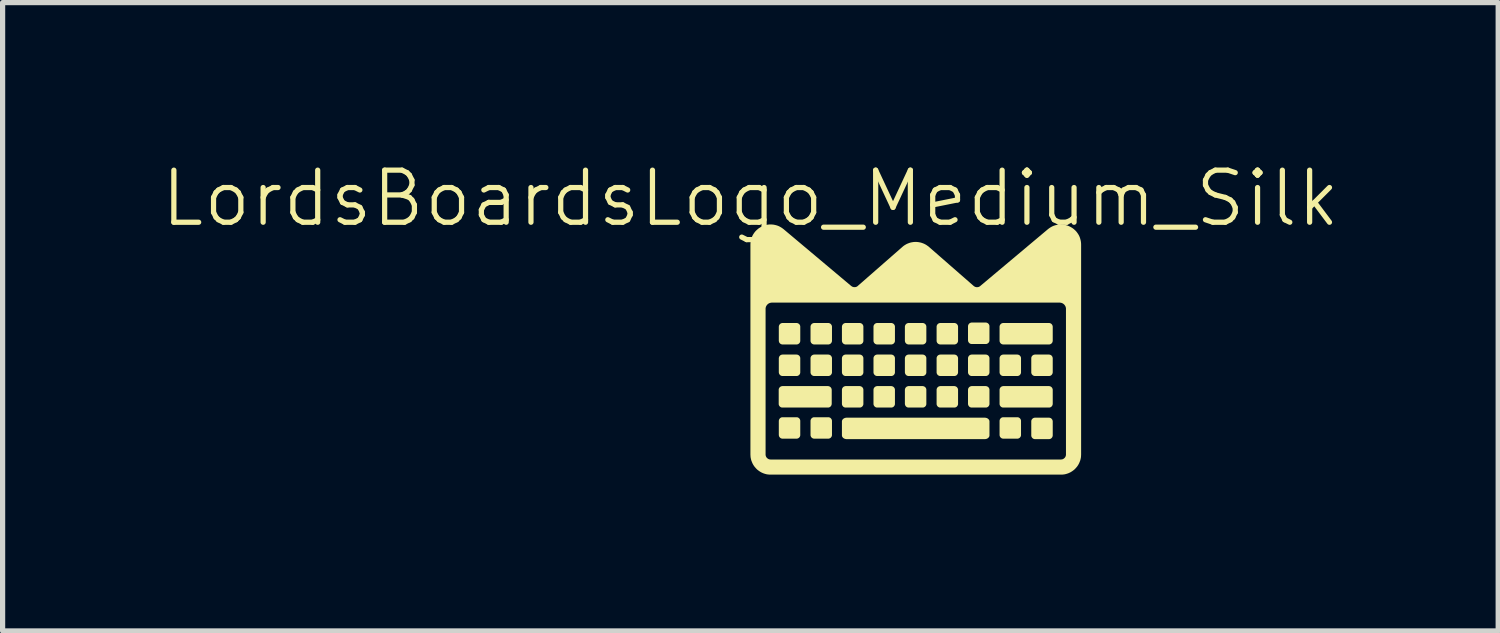
<source format=kicad_pcb>
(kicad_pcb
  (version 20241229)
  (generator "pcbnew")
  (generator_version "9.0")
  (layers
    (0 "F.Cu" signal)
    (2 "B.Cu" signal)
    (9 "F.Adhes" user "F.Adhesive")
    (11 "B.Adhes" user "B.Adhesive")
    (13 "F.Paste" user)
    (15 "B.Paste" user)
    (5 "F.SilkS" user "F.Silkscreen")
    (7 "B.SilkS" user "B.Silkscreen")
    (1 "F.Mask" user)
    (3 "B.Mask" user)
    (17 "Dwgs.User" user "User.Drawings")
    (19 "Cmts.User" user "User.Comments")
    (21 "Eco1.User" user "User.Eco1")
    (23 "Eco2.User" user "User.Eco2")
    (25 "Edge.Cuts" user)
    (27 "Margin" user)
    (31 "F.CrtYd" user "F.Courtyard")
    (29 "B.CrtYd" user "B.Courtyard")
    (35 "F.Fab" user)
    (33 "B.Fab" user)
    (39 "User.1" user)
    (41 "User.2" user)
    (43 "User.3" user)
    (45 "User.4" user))
  (footprint "LordsBoardsLogo_Medium_Silk"
    (layer "F.Cu")
    (at 11.36 1.26)
    (property "Reference" "LordsBoardsLogo_Medium_Silk" (at 0 -0.5 0) (unlocked yes) (layer "F.SilkS") (effects (font (size 1 1) (thickness 0.1))))
    (attr smd)
    (fp_poly (pts (xy 0.888 1.893) (xy 0.892 1.893) (xy 0.896 1.893) (xy 0.899 1.894) (xy 0.903 1.895) (xy 0.906 1.896) (xy 0.91 1.897) (xy 0.913 1.898) (xy 0.916 1.9) (xy 0.919 1.901) (xy 0.922 1.903) (xy 0.925 1.905) (xy 0.928 1.907) (xy 0.931 1.909) (xy 0.934 1.911) (xy 0.936 1.914) (xy 0.938 1.916) (xy 0.941 1.919) (xy 0.943 1.922) (xy 0.945 1.925) (xy 0.947 1.928) (xy 0.949 1.931) (xy 0.95 1.934) (xy 0.952 1.937) (xy 0.953 1.94) (xy 0.954 1.944) (xy 0.955 1.947) (xy 0.956 1.951) (xy 0.956 1.954) (xy 0.957 1.958) (xy 0.957 1.962) (xy 0.957 1.965) (xy 0.957 2.232) (xy 0.957 2.236) (xy 0.957 2.239) (xy 0.956 2.243) (xy 0.956 2.247) (xy 0.955 2.25) (xy 0.954 2.253) (xy 0.953 2.257) (xy 0.952 2.26) (xy 0.95 2.263) (xy 0.949 2.267) (xy 0.947 2.27) (xy 0.945 2.273) (xy 0.943 2.275) (xy 0.941 2.278) (xy 0.938 2.281) (xy 0.936 2.283) (xy 0.934 2.286) (xy 0.931 2.288) (xy 0.928 2.29) (xy 0.925 2.292) (xy 0.922 2.294) (xy 0.919 2.296) (xy 0.916 2.297) (xy 0.913 2.299) (xy 0.91 2.3) (xy 0.906 2.301) (xy 0.903 2.302) (xy 0.899 2.303) (xy 0.896 2.304) (xy 0.892 2.304) (xy 0.888 2.304) (xy 0.885 2.305) (xy 0.618 2.305) (xy 0.614 2.304) (xy 0.611 2.304) (xy 0.607 2.304) (xy 0.603 2.303) (xy 0.6 2.302) (xy 0.596 2.301) (xy 0.593 2.3) (xy 0.59 2.299) (xy 0.587 2.297) (xy 0.583 2.296) (xy 0.58 2.294) (xy 0.577 2.292) (xy 0.575 2.29) (xy 0.572 2.288) (xy 0.569 2.286) (xy 0.567 2.283) (xy 0.564 2.281) (xy 0.562 2.278) (xy 0.56 2.275) (xy 0.558 2.273) (xy 0.556 2.27) (xy 0.554 2.267) (xy 0.552 2.263) (xy 0.551 2.26) (xy 0.55 2.257) (xy 0.549 2.253) (xy 0.548 2.25) (xy 0.547 2.247) (xy 0.546 2.243) (xy 0.546 2.239) (xy 0.545 2.236) (xy 0.545 2.232) (xy 0.545 1.965) (xy 0.545 1.962) (xy 0.546 1.958) (xy 0.546 1.954) (xy 0.547 1.951) (xy 0.548 1.947) (xy 0.549 1.944) (xy 0.55 1.94) (xy 0.551 1.937) (xy 0.552 1.934) (xy 0.554 1.931) (xy 0.556 1.928) (xy 0.558 1.925) (xy 0.56 1.922) (xy 0.562 1.919) (xy 0.564 1.916) (xy 0.567 1.914) (xy 0.569 1.911) (xy 0.572 1.909) (xy 0.575 1.907) (xy 0.577 1.905) (xy 0.58 1.903) (xy 0.583 1.901) (xy 0.587 1.9) (xy 0.59 1.898) (xy 0.593 1.897) (xy 0.596 1.896) (xy 0.6 1.895) (xy 0.603 1.894) (xy 0.607 1.893) (xy 0.611 1.893) (xy 0.614 1.893) (xy 0.618 1.893) (xy 0.885 1.893)) (stroke (width -0.000001) (type solid)) (fill yes) (layer "F.SilkS"))
    (fp_poly (pts (xy 0.888 2.499) (xy 0.892 2.499) (xy 0.896 2.499) (xy 0.899 2.5) (xy 0.903 2.501) (xy 0.906 2.502) (xy 0.91 2.503) (xy 0.913 2.504) (xy 0.916 2.506) (xy 0.919 2.507) (xy 0.922 2.509) (xy 0.925 2.511) (xy 0.928 2.513) (xy 0.931 2.515) (xy 0.934 2.517) (xy 0.936 2.52) (xy 0.938 2.522) (xy 0.941 2.525) (xy 0.943 2.528) (xy 0.945 2.531) (xy 0.947 2.533) (xy 0.949 2.537) (xy 0.95 2.54) (xy 0.952 2.543) (xy 0.953 2.546) (xy 0.954 2.55) (xy 0.955 2.553) (xy 0.956 2.557) (xy 0.956 2.56) (xy 0.957 2.564) (xy 0.957 2.567) (xy 0.957 2.571) (xy 0.957 2.838) (xy 0.957 2.842) (xy 0.957 2.845) (xy 0.956 2.849) (xy 0.956 2.852) (xy 0.955 2.856) (xy 0.954 2.859) (xy 0.953 2.863) (xy 0.952 2.866) (xy 0.95 2.869) (xy 0.949 2.872) (xy 0.947 2.875) (xy 0.945 2.878) (xy 0.943 2.881) (xy 0.941 2.884) (xy 0.938 2.887) (xy 0.936 2.889) (xy 0.934 2.892) (xy 0.931 2.894) (xy 0.928 2.896) (xy 0.925 2.898) (xy 0.922 2.9) (xy 0.919 2.902) (xy 0.916 2.903) (xy 0.913 2.905) (xy 0.91 2.906) (xy 0.906 2.907) (xy 0.903 2.908) (xy 0.899 2.909) (xy 0.896 2.91) (xy 0.892 2.91) (xy 0.888 2.91) (xy 0.885 2.91) (xy 0.618 2.91) (xy 0.614 2.91) (xy 0.611 2.91) (xy 0.607 2.91) (xy 0.603 2.909) (xy 0.6 2.908) (xy 0.596 2.907) (xy 0.593 2.906) (xy 0.59 2.905) (xy 0.587 2.903) (xy 0.583 2.902) (xy 0.58 2.9) (xy 0.577 2.898) (xy 0.575 2.896) (xy 0.572 2.894) (xy 0.569 2.892) (xy 0.567 2.889) (xy 0.564 2.887) (xy 0.562 2.884) (xy 0.56 2.881) (xy 0.558 2.878) (xy 0.556 2.875) (xy 0.554 2.872) (xy 0.552 2.869) (xy 0.551 2.866) (xy 0.55 2.863) (xy 0.549 2.859) (xy 0.548 2.856) (xy 0.547 2.852) (xy 0.546 2.849) (xy 0.546 2.845) (xy 0.545 2.842) (xy 0.545 2.838) (xy 0.545 2.571) (xy 0.545 2.567) (xy 0.546 2.564) (xy 0.546 2.56) (xy 0.547 2.557) (xy 0.548 2.553) (xy 0.549 2.55) (xy 0.55 2.546) (xy 0.551 2.543) (xy 0.552 2.54) (xy 0.554 2.537) (xy 0.556 2.533) (xy 0.558 2.531) (xy 0.56 2.528) (xy 0.562 2.525) (xy 0.564 2.522) (xy 0.567 2.52) (xy 0.569 2.517) (xy 0.572 2.515) (xy 0.575 2.513) (xy 0.577 2.511) (xy 0.58 2.509) (xy 0.583 2.507) (xy 0.587 2.506) (xy 0.59 2.504) (xy 0.593 2.503) (xy 0.596 2.502) (xy 0.6 2.501) (xy 0.603 2.5) (xy 0.607 2.499) (xy 0.611 2.499) (xy 0.614 2.499) (xy 0.618 2.498) (xy 0.885 2.498)) (stroke (width -0.000001) (type solid)) (fill yes) (layer "F.SilkS"))
    (fp_poly (pts (xy 0.888 3.702) (xy 0.892 3.702) (xy 0.896 3.702) (xy 0.899 3.703) (xy 0.903 3.704) (xy 0.906 3.705) (xy 0.91 3.706) (xy 0.913 3.707) (xy 0.916 3.709) (xy 0.919 3.71) (xy 0.922 3.712) (xy 0.925 3.714) (xy 0.928 3.716) (xy 0.931 3.718) (xy 0.934 3.721) (xy 0.936 3.723) (xy 0.938 3.725) (xy 0.941 3.728) (xy 0.943 3.731) (xy 0.945 3.734) (xy 0.947 3.737) (xy 0.949 3.74) (xy 0.95 3.743) (xy 0.952 3.746) (xy 0.953 3.749) (xy 0.954 3.753) (xy 0.955 3.756) (xy 0.956 3.76) (xy 0.956 3.763) (xy 0.957 3.767) (xy 0.957 3.771) (xy 0.957 3.774) (xy 0.957 4.041) (xy 0.957 4.045) (xy 0.957 4.048) (xy 0.956 4.052) (xy 0.956 4.056) (xy 0.955 4.059) (xy 0.954 4.063) (xy 0.953 4.066) (xy 0.952 4.069) (xy 0.95 4.072) (xy 0.949 4.076) (xy 0.947 4.079) (xy 0.945 4.082) (xy 0.943 4.084) (xy 0.941 4.087) (xy 0.938 4.09) (xy 0.936 4.092) (xy 0.934 4.095) (xy 0.931 4.097) (xy 0.928 4.099) (xy 0.925 4.101) (xy 0.922 4.103) (xy 0.919 4.105) (xy 0.916 4.107) (xy 0.913 4.108) (xy 0.91 4.109) (xy 0.906 4.11) (xy 0.903 4.111) (xy 0.899 4.112) (xy 0.896 4.113) (xy 0.892 4.113) (xy 0.888 4.114) (xy 0.885 4.114) (xy 0.618 4.114) (xy 0.614 4.114) (xy 0.611 4.113) (xy 0.607 4.113) (xy 0.603 4.112) (xy 0.6 4.111) (xy 0.596 4.11) (xy 0.593 4.109) (xy 0.59 4.108) (xy 0.587 4.107) (xy 0.583 4.105) (xy 0.58 4.103) (xy 0.577 4.101) (xy 0.575 4.099) (xy 0.572 4.097) (xy 0.569 4.095) (xy 0.567 4.092) (xy 0.564 4.09) (xy 0.562 4.087) (xy 0.56 4.084) (xy 0.558 4.082) (xy 0.556 4.079) (xy 0.554 4.076) (xy 0.552 4.072) (xy 0.551 4.069) (xy 0.55 4.066) (xy 0.549 4.063) (xy 0.548 4.059) (xy 0.547 4.056) (xy 0.546 4.052) (xy 0.546 4.048) (xy 0.545 4.045) (xy 0.545 4.041) (xy 0.545 3.774) (xy 0.545 3.771) (xy 0.546 3.767) (xy 0.546 3.763) (xy 0.547 3.76) (xy 0.548 3.756) (xy 0.549 3.753) (xy 0.55 3.749) (xy 0.551 3.746) (xy 0.552 3.743) (xy 0.554 3.74) (xy 0.556 3.737) (xy 0.558 3.734) (xy 0.56 3.731) (xy 0.562 3.728) (xy 0.564 3.725) (xy 0.567 3.723) (xy 0.569 3.721) (xy 0.572 3.718) (xy 0.575 3.716) (xy 0.577 3.714) (xy 0.58 3.712) (xy 0.583 3.71) (xy 0.587 3.709) (xy 0.59 3.707) (xy 0.593 3.706) (xy 0.596 3.705) (xy 0.6 3.704) (xy 0.603 3.703) (xy 0.607 3.702) (xy 0.611 3.702) (xy 0.614 3.702) (xy 0.618 3.702) (xy 0.885 3.702)) (stroke (width -0.000001) (type solid)) (fill yes) (layer "F.SilkS"))
    (fp_poly (pts (xy 1.497 1.893) (xy 1.501 1.893) (xy 1.504 1.893) (xy 1.508 1.894) (xy 1.511 1.895) (xy 1.515 1.896) (xy 1.518 1.897) (xy 1.521 1.898) (xy 1.525 1.9) (xy 1.528 1.901) (xy 1.531 1.903) (xy 1.534 1.905) (xy 1.537 1.907) (xy 1.539 1.909) (xy 1.542 1.911) (xy 1.545 1.914) (xy 1.547 1.916) (xy 1.549 1.919) (xy 1.551 1.922) (xy 1.553 1.925) (xy 1.555 1.928) (xy 1.557 1.931) (xy 1.559 1.934) (xy 1.56 1.937) (xy 1.561 1.94) (xy 1.563 1.944) (xy 1.564 1.947) (xy 1.564 1.951) (xy 1.565 1.954) (xy 1.566 1.958) (xy 1.566 1.962) (xy 1.566 1.965) (xy 1.566 2.232) (xy 1.566 2.236) (xy 1.566 2.239) (xy 1.565 2.243) (xy 1.564 2.247) (xy 1.564 2.25) (xy 1.563 2.253) (xy 1.561 2.257) (xy 1.56 2.26) (xy 1.559 2.263) (xy 1.557 2.267) (xy 1.555 2.27) (xy 1.553 2.273) (xy 1.551 2.275) (xy 1.549 2.278) (xy 1.547 2.281) (xy 1.545 2.283) (xy 1.542 2.286) (xy 1.539 2.288) (xy 1.537 2.29) (xy 1.534 2.292) (xy 1.531 2.294) (xy 1.528 2.296) (xy 1.525 2.297) (xy 1.521 2.299) (xy 1.518 2.3) (xy 1.515 2.301) (xy 1.511 2.302) (xy 1.508 2.303) (xy 1.504 2.304) (xy 1.501 2.304) (xy 1.497 2.304) (xy 1.493 2.305) (xy 1.227 2.305) (xy 1.223 2.304) (xy 1.219 2.304) (xy 1.216 2.304) (xy 1.212 2.303) (xy 1.208 2.302) (xy 1.205 2.301) (xy 1.202 2.3) (xy 1.198 2.299) (xy 1.195 2.297) (xy 1.192 2.296) (xy 1.189 2.294) (xy 1.186 2.292) (xy 1.183 2.29) (xy 1.18 2.288) (xy 1.178 2.286) (xy 1.175 2.283) (xy 1.173 2.281) (xy 1.17 2.278) (xy 1.168 2.275) (xy 1.166 2.273) (xy 1.164 2.27) (xy 1.163 2.267) (xy 1.161 2.263) (xy 1.16 2.26) (xy 1.158 2.257) (xy 1.157 2.253) (xy 1.156 2.25) (xy 1.155 2.247) (xy 1.155 2.243) (xy 1.154 2.239) (xy 1.154 2.236) (xy 1.154 2.232) (xy 1.154 1.965) (xy 1.154 1.962) (xy 1.154 1.958) (xy 1.155 1.954) (xy 1.155 1.951) (xy 1.156 1.947) (xy 1.157 1.944) (xy 1.158 1.94) (xy 1.16 1.937) (xy 1.161 1.934) (xy 1.163 1.931) (xy 1.164 1.928) (xy 1.166 1.925) (xy 1.168 1.922) (xy 1.17 1.919) (xy 1.173 1.916) (xy 1.175 1.914) (xy 1.178 1.911) (xy 1.18 1.909) (xy 1.183 1.907) (xy 1.186 1.905) (xy 1.189 1.903) (xy 1.192 1.901) (xy 1.195 1.9) (xy 1.198 1.898) (xy 1.202 1.897) (xy 1.205 1.896) (xy 1.208 1.895) (xy 1.212 1.894) (xy 1.216 1.893) (xy 1.219 1.893) (xy 1.223 1.893) (xy 1.227 1.893) (xy 1.493 1.893)) (stroke (width -0.000001) (type solid)) (fill yes) (layer "F.SilkS"))
    (fp_poly (pts (xy 1.497 2.499) (xy 1.501 2.499) (xy 1.504 2.499) (xy 1.508 2.5) (xy 1.511 2.501) (xy 1.515 2.502) (xy 1.518 2.503) (xy 1.521 2.504) (xy 1.525 2.506) (xy 1.528 2.507) (xy 1.531 2.509) (xy 1.534 2.511) (xy 1.537 2.513) (xy 1.539 2.515) (xy 1.542 2.517) (xy 1.545 2.52) (xy 1.547 2.522) (xy 1.549 2.525) (xy 1.551 2.528) (xy 1.553 2.531) (xy 1.555 2.533) (xy 1.557 2.537) (xy 1.559 2.54) (xy 1.56 2.543) (xy 1.561 2.546) (xy 1.563 2.55) (xy 1.564 2.553) (xy 1.564 2.557) (xy 1.565 2.56) (xy 1.566 2.564) (xy 1.566 2.567) (xy 1.566 2.571) (xy 1.566 2.838) (xy 1.566 2.842) (xy 1.566 2.845) (xy 1.565 2.849) (xy 1.564 2.852) (xy 1.564 2.856) (xy 1.563 2.859) (xy 1.561 2.863) (xy 1.56 2.866) (xy 1.559 2.869) (xy 1.557 2.872) (xy 1.555 2.875) (xy 1.553 2.878) (xy 1.551 2.881) (xy 1.549 2.884) (xy 1.547 2.887) (xy 1.545 2.889) (xy 1.542 2.892) (xy 1.539 2.894) (xy 1.537 2.896) (xy 1.534 2.898) (xy 1.531 2.9) (xy 1.528 2.902) (xy 1.525 2.903) (xy 1.521 2.905) (xy 1.518 2.906) (xy 1.515 2.907) (xy 1.511 2.908) (xy 1.508 2.909) (xy 1.504 2.91) (xy 1.501 2.91) (xy 1.497 2.91) (xy 1.493 2.91) (xy 1.227 2.91) (xy 1.223 2.91) (xy 1.219 2.91) (xy 1.216 2.91) (xy 1.212 2.909) (xy 1.208 2.908) (xy 1.205 2.907) (xy 1.202 2.906) (xy 1.198 2.905) (xy 1.195 2.903) (xy 1.192 2.902) (xy 1.189 2.9) (xy 1.186 2.898) (xy 1.183 2.896) (xy 1.18 2.894) (xy 1.178 2.892) (xy 1.175 2.889) (xy 1.173 2.887) (xy 1.17 2.884) (xy 1.168 2.881) (xy 1.166 2.878) (xy 1.164 2.875) (xy 1.163 2.872) (xy 1.161 2.869) (xy 1.16 2.866) (xy 1.158 2.863) (xy 1.157 2.859) (xy 1.156 2.856) (xy 1.155 2.852) (xy 1.155 2.849) (xy 1.154 2.845) (xy 1.154 2.842) (xy 1.154 2.838) (xy 1.154 2.571) (xy 1.154 2.567) (xy 1.154 2.564) (xy 1.155 2.56) (xy 1.155 2.557) (xy 1.156 2.553) (xy 1.157 2.55) (xy 1.158 2.546) (xy 1.16 2.543) (xy 1.161 2.54) (xy 1.163 2.537) (xy 1.164 2.533) (xy 1.166 2.531) (xy 1.168 2.528) (xy 1.17 2.525) (xy 1.173 2.522) (xy 1.175 2.52) (xy 1.178 2.517) (xy 1.18 2.515) (xy 1.183 2.513) (xy 1.186 2.511) (xy 1.189 2.509) (xy 1.192 2.507) (xy 1.195 2.506) (xy 1.198 2.504) (xy 1.202 2.503) (xy 1.205 2.502) (xy 1.208 2.501) (xy 1.212 2.5) (xy 1.216 2.499) (xy 1.219 2.499) (xy 1.223 2.499) (xy 1.227 2.498) (xy 1.493 2.498)) (stroke (width -0.000001) (type solid)) (fill yes) (layer "F.SilkS"))
    (fp_poly (pts (xy 1.497 3.702) (xy 1.501 3.702) (xy 1.504 3.702) (xy 1.508 3.703) (xy 1.511 3.704) (xy 1.515 3.705) (xy 1.518 3.706) (xy 1.521 3.707) (xy 1.525 3.709) (xy 1.528 3.71) (xy 1.531 3.712) (xy 1.534 3.714) (xy 1.537 3.716) (xy 1.539 3.718) (xy 1.542 3.721) (xy 1.545 3.723) (xy 1.547 3.725) (xy 1.549 3.728) (xy 1.551 3.731) (xy 1.553 3.734) (xy 1.555 3.737) (xy 1.557 3.74) (xy 1.559 3.743) (xy 1.56 3.746) (xy 1.561 3.749) (xy 1.563 3.753) (xy 1.564 3.756) (xy 1.564 3.76) (xy 1.565 3.763) (xy 1.566 3.767) (xy 1.566 3.771) (xy 1.566 3.774) (xy 1.566 4.041) (xy 1.566 4.045) (xy 1.566 4.048) (xy 1.565 4.052) (xy 1.564 4.056) (xy 1.564 4.059) (xy 1.563 4.063) (xy 1.561 4.066) (xy 1.56 4.069) (xy 1.559 4.072) (xy 1.557 4.076) (xy 1.555 4.079) (xy 1.553 4.082) (xy 1.551 4.084) (xy 1.549 4.087) (xy 1.547 4.09) (xy 1.545 4.092) (xy 1.542 4.095) (xy 1.539 4.097) (xy 1.537 4.099) (xy 1.534 4.101) (xy 1.531 4.103) (xy 1.528 4.105) (xy 1.525 4.107) (xy 1.521 4.108) (xy 1.518 4.109) (xy 1.515 4.11) (xy 1.511 4.111) (xy 1.508 4.112) (xy 1.504 4.113) (xy 1.501 4.113) (xy 1.497 4.114) (xy 1.493 4.114) (xy 1.227 4.114) (xy 1.223 4.114) (xy 1.219 4.113) (xy 1.216 4.113) (xy 1.212 4.112) (xy 1.208 4.111) (xy 1.205 4.11) (xy 1.202 4.109) (xy 1.198 4.108) (xy 1.195 4.107) (xy 1.192 4.105) (xy 1.189 4.103) (xy 1.186 4.101) (xy 1.183 4.099) (xy 1.18 4.097) (xy 1.178 4.095) (xy 1.175 4.092) (xy 1.173 4.09) (xy 1.17 4.087) (xy 1.168 4.084) (xy 1.166 4.082) (xy 1.164 4.079) (xy 1.163 4.076) (xy 1.161 4.072) (xy 1.16 4.069) (xy 1.158 4.066) (xy 1.157 4.063) (xy 1.156 4.059) (xy 1.155 4.056) (xy 1.155 4.052) (xy 1.154 4.048) (xy 1.154 4.045) (xy 1.154 4.041) (xy 1.154 3.774) (xy 1.154 3.771) (xy 1.154 3.767) (xy 1.155 3.763) (xy 1.155 3.76) (xy 1.156 3.756) (xy 1.157 3.753) (xy 1.158 3.749) (xy 1.16 3.746) (xy 1.161 3.743) (xy 1.163 3.74) (xy 1.164 3.737) (xy 1.166 3.734) (xy 1.168 3.731) (xy 1.17 3.728) (xy 1.173 3.725) (xy 1.175 3.723) (xy 1.178 3.721) (xy 1.18 3.718) (xy 1.183 3.716) (xy 1.186 3.714) (xy 1.189 3.712) (xy 1.192 3.71) (xy 1.195 3.709) (xy 1.198 3.707) (xy 1.202 3.706) (xy 1.205 3.705) (xy 1.208 3.704) (xy 1.212 3.703) (xy 1.216 3.702) (xy 1.219 3.702) (xy 1.223 3.702) (xy 1.227 3.702) (xy 1.493 3.702)) (stroke (width -0.000001) (type solid)) (fill yes) (layer "F.SilkS"))
    (fp_poly (pts (xy 2.1 1.893) (xy 2.104 1.893) (xy 2.108 1.893) (xy 2.111 1.894) (xy 2.115 1.895) (xy 2.118 1.896) (xy 2.121 1.897) (xy 2.125 1.898) (xy 2.128 1.9) (xy 2.131 1.901) (xy 2.134 1.903) (xy 2.137 1.905) (xy 2.14 1.907) (xy 2.143 1.909) (xy 2.145 1.911) (xy 2.148 1.914) (xy 2.15 1.916) (xy 2.153 1.919) (xy 2.155 1.922) (xy 2.157 1.925) (xy 2.159 1.928) (xy 2.16 1.931) (xy 2.162 1.934) (xy 2.163 1.937) (xy 2.165 1.94) (xy 2.166 1.944) (xy 2.167 1.947) (xy 2.168 1.951) (xy 2.168 1.954) (xy 2.169 1.958) (xy 2.169 1.962) (xy 2.169 1.965) (xy 2.169 2.232) (xy 2.169 2.236) (xy 2.169 2.239) (xy 2.168 2.243) (xy 2.168 2.247) (xy 2.167 2.25) (xy 2.166 2.253) (xy 2.165 2.257) (xy 2.163 2.26) (xy 2.162 2.263) (xy 2.16 2.267) (xy 2.159 2.27) (xy 2.157 2.273) (xy 2.155 2.275) (xy 2.153 2.278) (xy 2.15 2.281) (xy 2.148 2.283) (xy 2.145 2.286) (xy 2.143 2.288) (xy 2.14 2.29) (xy 2.137 2.292) (xy 2.134 2.294) (xy 2.131 2.296) (xy 2.128 2.297) (xy 2.125 2.299) (xy 2.121 2.3) (xy 2.118 2.301) (xy 2.115 2.302) (xy 2.111 2.303) (xy 2.108 2.304) (xy 2.104 2.304) (xy 2.1 2.304) (xy 2.096 2.305) (xy 1.83 2.305) (xy 1.826 2.304) (xy 1.822 2.304) (xy 1.819 2.304) (xy 1.815 2.303) (xy 1.812 2.302) (xy 1.808 2.301) (xy 1.805 2.3) (xy 1.802 2.299) (xy 1.798 2.297) (xy 1.795 2.296) (xy 1.792 2.294) (xy 1.789 2.292) (xy 1.786 2.29) (xy 1.784 2.288) (xy 1.781 2.286) (xy 1.778 2.283) (xy 1.776 2.281) (xy 1.774 2.278) (xy 1.772 2.275) (xy 1.77 2.273) (xy 1.768 2.27) (xy 1.766 2.267) (xy 1.764 2.263) (xy 1.763 2.26) (xy 1.762 2.257) (xy 1.76 2.253) (xy 1.759 2.25) (xy 1.759 2.247) (xy 1.758 2.243) (xy 1.758 2.239) (xy 1.757 2.236) (xy 1.757 2.232) (xy 1.757 1.965) (xy 1.757 1.962) (xy 1.758 1.958) (xy 1.758 1.954) (xy 1.759 1.951) (xy 1.759 1.947) (xy 1.76 1.944) (xy 1.762 1.94) (xy 1.763 1.937) (xy 1.764 1.934) (xy 1.766 1.931) (xy 1.768 1.928) (xy 1.77 1.925) (xy 1.772 1.922) (xy 1.774 1.919) (xy 1.776 1.916) (xy 1.778 1.914) (xy 1.781 1.911) (xy 1.784 1.909) (xy 1.786 1.907) (xy 1.789 1.905) (xy 1.792 1.903) (xy 1.795 1.901) (xy 1.798 1.9) (xy 1.802 1.898) (xy 1.805 1.897) (xy 1.808 1.896) (xy 1.812 1.895) (xy 1.815 1.894) (xy 1.819 1.893) (xy 1.822 1.893) (xy 1.826 1.893) (xy 1.83 1.893) (xy 2.096 1.893)) (stroke (width -0.000001) (type solid)) (fill yes) (layer "F.SilkS"))
    (fp_poly (pts (xy 2.1 2.499) (xy 2.104 2.499) (xy 2.108 2.499) (xy 2.111 2.5) (xy 2.115 2.501) (xy 2.118 2.502) (xy 2.121 2.503) (xy 2.125 2.504) (xy 2.128 2.506) (xy 2.131 2.507) (xy 2.134 2.509) (xy 2.137 2.511) (xy 2.14 2.513) (xy 2.143 2.515) (xy 2.145 2.517) (xy 2.148 2.52) (xy 2.15 2.522) (xy 2.153 2.525) (xy 2.155 2.528) (xy 2.157 2.531) (xy 2.159 2.533) (xy 2.16 2.537) (xy 2.162 2.54) (xy 2.163 2.543) (xy 2.165 2.546) (xy 2.166 2.55) (xy 2.167 2.553) (xy 2.168 2.557) (xy 2.168 2.56) (xy 2.169 2.564) (xy 2.169 2.567) (xy 2.169 2.571) (xy 2.169 2.838) (xy 2.169 2.842) (xy 2.169 2.845) (xy 2.168 2.849) (xy 2.168 2.852) (xy 2.167 2.856) (xy 2.166 2.859) (xy 2.165 2.863) (xy 2.163 2.866) (xy 2.162 2.869) (xy 2.16 2.872) (xy 2.159 2.875) (xy 2.157 2.878) (xy 2.155 2.881) (xy 2.153 2.884) (xy 2.15 2.887) (xy 2.148 2.889) (xy 2.145 2.892) (xy 2.143 2.894) (xy 2.14 2.896) (xy 2.137 2.898) (xy 2.134 2.9) (xy 2.131 2.902) (xy 2.128 2.903) (xy 2.125 2.905) (xy 2.121 2.906) (xy 2.118 2.907) (xy 2.115 2.908) (xy 2.111 2.909) (xy 2.108 2.91) (xy 2.104 2.91) (xy 2.1 2.91) (xy 2.096 2.91) (xy 1.83 2.91) (xy 1.826 2.91) (xy 1.822 2.91) (xy 1.819 2.91) (xy 1.815 2.909) (xy 1.812 2.908) (xy 1.808 2.907) (xy 1.805 2.906) (xy 1.802 2.905) (xy 1.798 2.903) (xy 1.795 2.902) (xy 1.792 2.9) (xy 1.789 2.898) (xy 1.786 2.896) (xy 1.784 2.894) (xy 1.781 2.892) (xy 1.778 2.889) (xy 1.776 2.887) (xy 1.774 2.884) (xy 1.772 2.881) (xy 1.77 2.878) (xy 1.768 2.875) (xy 1.766 2.872) (xy 1.764 2.869) (xy 1.763 2.866) (xy 1.762 2.863) (xy 1.76 2.859) (xy 1.759 2.856) (xy 1.759 2.852) (xy 1.758 2.849) (xy 1.758 2.845) (xy 1.757 2.842) (xy 1.757 2.838) (xy 1.757 2.571) (xy 1.757 2.567) (xy 1.758 2.564) (xy 1.758 2.56) (xy 1.759 2.557) (xy 1.759 2.553) (xy 1.76 2.55) (xy 1.762 2.546) (xy 1.763 2.543) (xy 1.764 2.54) (xy 1.766 2.537) (xy 1.768 2.533) (xy 1.77 2.531) (xy 1.772 2.528) (xy 1.774 2.525) (xy 1.776 2.522) (xy 1.778 2.52) (xy 1.781 2.517) (xy 1.784 2.515) (xy 1.786 2.513) (xy 1.789 2.511) (xy 1.792 2.509) (xy 1.795 2.507) (xy 1.798 2.506) (xy 1.802 2.504) (xy 1.805 2.503) (xy 1.808 2.502) (xy 1.812 2.501) (xy 1.815 2.5) (xy 1.819 2.499) (xy 1.822 2.499) (xy 1.826 2.499) (xy 1.83 2.498) (xy 2.096 2.498)) (stroke (width -0.000001) (type solid)) (fill yes) (layer "F.SilkS"))
    (fp_poly (pts (xy 2.1 3.104) (xy 2.104 3.105) (xy 2.108 3.105) (xy 2.111 3.106) (xy 2.115 3.107) (xy 2.118 3.108) (xy 2.121 3.109) (xy 2.125 3.11) (xy 2.128 3.112) (xy 2.131 3.113) (xy 2.134 3.115) (xy 2.137 3.117) (xy 2.14 3.119) (xy 2.143 3.121) (xy 2.145 3.123) (xy 2.148 3.126) (xy 2.15 3.128) (xy 2.153 3.131) (xy 2.155 3.134) (xy 2.157 3.136) (xy 2.159 3.139) (xy 2.16 3.142) (xy 2.162 3.146) (xy 2.163 3.149) (xy 2.165 3.152) (xy 2.166 3.155) (xy 2.167 3.159) (xy 2.168 3.162) (xy 2.168 3.166) (xy 2.169 3.17) (xy 2.169 3.173) (xy 2.169 3.177) (xy 2.169 3.444) (xy 2.169 3.447) (xy 2.169 3.451) (xy 2.168 3.455) (xy 2.168 3.458) (xy 2.167 3.462) (xy 2.166 3.465) (xy 2.165 3.469) (xy 2.163 3.472) (xy 2.162 3.475) (xy 2.16 3.478) (xy 2.159 3.481) (xy 2.157 3.484) (xy 2.155 3.487) (xy 2.153 3.49) (xy 2.15 3.493) (xy 2.148 3.495) (xy 2.145 3.498) (xy 2.143 3.5) (xy 2.14 3.502) (xy 2.137 3.504) (xy 2.134 3.506) (xy 2.131 3.508) (xy 2.128 3.509) (xy 2.125 3.511) (xy 2.121 3.512) (xy 2.118 3.513) (xy 2.115 3.514) (xy 2.111 3.515) (xy 2.108 3.516) (xy 2.104 3.516) (xy 2.1 3.516) (xy 2.096 3.516) (xy 1.83 3.516) (xy 1.826 3.516) (xy 1.822 3.516) (xy 1.819 3.516) (xy 1.815 3.515) (xy 1.812 3.514) (xy 1.808 3.513) (xy 1.805 3.512) (xy 1.802 3.511) (xy 1.798 3.509) (xy 1.795 3.508) (xy 1.792 3.506) (xy 1.789 3.504) (xy 1.786 3.502) (xy 1.784 3.5) (xy 1.781 3.498) (xy 1.778 3.495) (xy 1.776 3.493) (xy 1.774 3.49) (xy 1.772 3.487) (xy 1.77 3.484) (xy 1.768 3.481) (xy 1.766 3.478) (xy 1.764 3.475) (xy 1.763 3.472) (xy 1.762 3.469) (xy 1.76 3.465) (xy 1.759 3.462) (xy 1.759 3.458) (xy 1.758 3.455) (xy 1.758 3.451) (xy 1.757 3.447) (xy 1.757 3.444) (xy 1.757 3.177) (xy 1.757 3.173) (xy 1.758 3.17) (xy 1.758 3.166) (xy 1.759 3.162) (xy 1.759 3.159) (xy 1.76 3.155) (xy 1.762 3.152) (xy 1.763 3.149) (xy 1.764 3.146) (xy 1.766 3.142) (xy 1.768 3.139) (xy 1.77 3.136) (xy 1.772 3.134) (xy 1.774 3.131) (xy 1.776 3.128) (xy 1.778 3.126) (xy 1.781 3.123) (xy 1.784 3.121) (xy 1.786 3.119) (xy 1.789 3.117) (xy 1.792 3.115) (xy 1.795 3.113) (xy 1.798 3.112) (xy 1.802 3.11) (xy 1.805 3.109) (xy 1.808 3.108) (xy 1.812 3.107) (xy 1.815 3.106) (xy 1.819 3.105) (xy 1.822 3.105) (xy 1.826 3.104) (xy 1.83 3.104) (xy 2.096 3.104)) (stroke (width -0.000001) (type solid)) (fill yes) (layer "F.SilkS"))
    (fp_poly (pts (xy 2.706 1.893) (xy 2.71 1.893) (xy 2.713 1.893) (xy 2.717 1.894) (xy 2.721 1.895) (xy 2.724 1.896) (xy 2.727 1.897) (xy 2.731 1.898) (xy 2.734 1.9) (xy 2.737 1.901) (xy 2.74 1.903) (xy 2.743 1.905) (xy 2.746 1.907) (xy 2.749 1.909) (xy 2.751 1.911) (xy 2.754 1.914) (xy 2.756 1.916) (xy 2.758 1.919) (xy 2.761 1.922) (xy 2.763 1.925) (xy 2.765 1.928) (xy 2.766 1.931) (xy 2.768 1.934) (xy 2.769 1.937) (xy 2.771 1.94) (xy 2.772 1.944) (xy 2.773 1.947) (xy 2.774 1.951) (xy 2.774 1.954) (xy 2.775 1.958) (xy 2.775 1.962) (xy 2.775 1.965) (xy 2.775 2.232) (xy 2.775 2.236) (xy 2.775 2.239) (xy 2.774 2.243) (xy 2.774 2.247) (xy 2.773 2.25) (xy 2.772 2.253) (xy 2.771 2.257) (xy 2.769 2.26) (xy 2.768 2.263) (xy 2.766 2.267) (xy 2.765 2.27) (xy 2.763 2.273) (xy 2.761 2.275) (xy 2.758 2.278) (xy 2.756 2.281) (xy 2.754 2.283) (xy 2.751 2.286) (xy 2.749 2.288) (xy 2.746 2.29) (xy 2.743 2.292) (xy 2.74 2.294) (xy 2.737 2.296) (xy 2.734 2.297) (xy 2.731 2.299) (xy 2.727 2.3) (xy 2.724 2.301) (xy 2.721 2.302) (xy 2.717 2.303) (xy 2.713 2.304) (xy 2.71 2.304) (xy 2.706 2.304) (xy 2.702 2.305) (xy 2.436 2.305) (xy 2.432 2.304) (xy 2.428 2.304) (xy 2.425 2.304) (xy 2.421 2.303) (xy 2.418 2.302) (xy 2.414 2.301) (xy 2.411 2.3) (xy 2.407 2.299) (xy 2.404 2.297) (xy 2.401 2.296) (xy 2.398 2.294) (xy 2.395 2.292) (xy 2.392 2.29) (xy 2.39 2.288) (xy 2.387 2.286) (xy 2.384 2.283) (xy 2.382 2.281) (xy 2.38 2.278) (xy 2.378 2.275) (xy 2.375 2.273) (xy 2.374 2.27) (xy 2.372 2.267) (xy 2.37 2.263) (xy 2.369 2.26) (xy 2.367 2.257) (xy 2.366 2.253) (xy 2.365 2.25) (xy 2.365 2.247) (xy 2.364 2.243) (xy 2.363 2.239) (xy 2.363 2.236) (xy 2.363 2.232) (xy 2.363 1.965) (xy 2.363 1.962) (xy 2.363 1.958) (xy 2.364 1.954) (xy 2.365 1.951) (xy 2.365 1.947) (xy 2.366 1.944) (xy 2.367 1.94) (xy 2.369 1.937) (xy 2.37 1.934) (xy 2.372 1.931) (xy 2.374 1.928) (xy 2.375 1.925) (xy 2.378 1.922) (xy 2.38 1.919) (xy 2.382 1.916) (xy 2.384 1.914) (xy 2.387 1.911) (xy 2.39 1.909) (xy 2.392 1.907) (xy 2.395 1.905) (xy 2.398 1.903) (xy 2.401 1.901) (xy 2.404 1.9) (xy 2.407 1.898) (xy 2.411 1.897) (xy 2.414 1.896) (xy 2.418 1.895) (xy 2.421 1.894) (xy 2.425 1.893) (xy 2.428 1.893) (xy 2.432 1.893) (xy 2.436 1.893) (xy 2.702 1.893)) (stroke (width -0.000001) (type solid)) (fill yes) (layer "F.SilkS"))
    (fp_poly (pts (xy 2.706 2.499) (xy 2.71 2.499) (xy 2.713 2.499) (xy 2.717 2.5) (xy 2.721 2.501) (xy 2.724 2.502) (xy 2.727 2.503) (xy 2.731 2.504) (xy 2.734 2.506) (xy 2.737 2.507) (xy 2.74 2.509) (xy 2.743 2.511) (xy 2.746 2.513) (xy 2.749 2.515) (xy 2.751 2.517) (xy 2.754 2.52) (xy 2.756 2.522) (xy 2.758 2.525) (xy 2.761 2.528) (xy 2.763 2.531) (xy 2.765 2.533) (xy 2.766 2.537) (xy 2.768 2.54) (xy 2.769 2.543) (xy 2.771 2.546) (xy 2.772 2.55) (xy 2.773 2.553) (xy 2.774 2.557) (xy 2.774 2.56) (xy 2.775 2.564) (xy 2.775 2.567) (xy 2.775 2.571) (xy 2.775 2.838) (xy 2.775 2.842) (xy 2.775 2.845) (xy 2.774 2.849) (xy 2.774 2.852) (xy 2.773 2.856) (xy 2.772 2.859) (xy 2.771 2.863) (xy 2.769 2.866) (xy 2.768 2.869) (xy 2.766 2.872) (xy 2.765 2.875) (xy 2.763 2.878) (xy 2.761 2.881) (xy 2.758 2.884) (xy 2.756 2.887) (xy 2.754 2.889) (xy 2.751 2.892) (xy 2.749 2.894) (xy 2.746 2.896) (xy 2.743 2.898) (xy 2.74 2.9) (xy 2.737 2.902) (xy 2.734 2.903) (xy 2.731 2.905) (xy 2.727 2.906) (xy 2.724 2.907) (xy 2.721 2.908) (xy 2.717 2.909) (xy 2.713 2.91) (xy 2.71 2.91) (xy 2.706 2.91) (xy 2.702 2.91) (xy 2.436 2.91) (xy 2.432 2.91) (xy 2.428 2.91) (xy 2.425 2.91) (xy 2.421 2.909) (xy 2.418 2.908) (xy 2.414 2.907) (xy 2.411 2.906) (xy 2.407 2.905) (xy 2.404 2.903) (xy 2.401 2.902) (xy 2.398 2.9) (xy 2.395 2.898) (xy 2.392 2.896) (xy 2.39 2.894) (xy 2.387 2.892) (xy 2.384 2.889) (xy 2.382 2.887) (xy 2.38 2.884) (xy 2.378 2.881) (xy 2.375 2.878) (xy 2.374 2.875) (xy 2.372 2.872) (xy 2.37 2.869) (xy 2.369 2.866) (xy 2.367 2.863) (xy 2.366 2.859) (xy 2.365 2.856) (xy 2.365 2.852) (xy 2.364 2.849) (xy 2.363 2.845) (xy 2.363 2.842) (xy 2.363 2.838) (xy 2.363 2.571) (xy 2.363 2.567) (xy 2.363 2.564) (xy 2.364 2.56) (xy 2.365 2.557) (xy 2.365 2.553) (xy 2.366 2.55) (xy 2.367 2.546) (xy 2.369 2.543) (xy 2.37 2.54) (xy 2.372 2.537) (xy 2.374 2.533) (xy 2.375 2.531) (xy 2.378 2.528) (xy 2.38 2.525) (xy 2.382 2.522) (xy 2.384 2.52) (xy 2.387 2.517) (xy 2.39 2.515) (xy 2.392 2.513) (xy 2.395 2.511) (xy 2.398 2.509) (xy 2.401 2.507) (xy 2.404 2.506) (xy 2.407 2.504) (xy 2.411 2.503) (xy 2.414 2.502) (xy 2.418 2.501) (xy 2.421 2.5) (xy 2.425 2.499) (xy 2.428 2.499) (xy 2.432 2.499) (xy 2.436 2.498) (xy 2.702 2.498)) (stroke (width -0.000001) (type solid)) (fill yes) (layer "F.SilkS"))
    (fp_poly (pts (xy 2.706 3.104) (xy 2.71 3.105) (xy 2.713 3.105) (xy 2.717 3.106) (xy 2.721 3.107) (xy 2.724 3.108) (xy 2.727 3.109) (xy 2.731 3.11) (xy 2.734 3.112) (xy 2.737 3.113) (xy 2.74 3.115) (xy 2.743 3.117) (xy 2.746 3.119) (xy 2.749 3.121) (xy 2.751 3.123) (xy 2.754 3.126) (xy 2.756 3.128) (xy 2.758 3.131) (xy 2.761 3.134) (xy 2.763 3.136) (xy 2.765 3.139) (xy 2.766 3.142) (xy 2.768 3.146) (xy 2.769 3.149) (xy 2.771 3.152) (xy 2.772 3.155) (xy 2.773 3.159) (xy 2.774 3.162) (xy 2.774 3.166) (xy 2.775 3.17) (xy 2.775 3.173) (xy 2.775 3.177) (xy 2.775 3.444) (xy 2.775 3.447) (xy 2.775 3.451) (xy 2.774 3.455) (xy 2.774 3.458) (xy 2.773 3.462) (xy 2.772 3.465) (xy 2.771 3.469) (xy 2.769 3.472) (xy 2.768 3.475) (xy 2.766 3.478) (xy 2.765 3.481) (xy 2.763 3.484) (xy 2.761 3.487) (xy 2.758 3.49) (xy 2.756 3.493) (xy 2.754 3.495) (xy 2.751 3.498) (xy 2.749 3.5) (xy 2.746 3.502) (xy 2.743 3.504) (xy 2.74 3.506) (xy 2.737 3.508) (xy 2.734 3.509) (xy 2.731 3.511) (xy 2.727 3.512) (xy 2.724 3.513) (xy 2.721 3.514) (xy 2.717 3.515) (xy 2.713 3.516) (xy 2.71 3.516) (xy 2.706 3.516) (xy 2.702 3.516) (xy 2.436 3.516) (xy 2.432 3.516) (xy 2.428 3.516) (xy 2.425 3.516) (xy 2.421 3.515) (xy 2.418 3.514) (xy 2.414 3.513) (xy 2.411 3.512) (xy 2.407 3.511) (xy 2.404 3.509) (xy 2.401 3.508) (xy 2.398 3.506) (xy 2.395 3.504) (xy 2.392 3.502) (xy 2.39 3.5) (xy 2.387 3.498) (xy 2.384 3.495) (xy 2.382 3.493) (xy 2.38 3.49) (xy 2.378 3.487) (xy 2.375 3.484) (xy 2.374 3.481) (xy 2.372 3.478) (xy 2.37 3.475) (xy 2.369 3.472) (xy 2.367 3.469) (xy 2.366 3.465) (xy 2.365 3.462) (xy 2.365 3.458) (xy 2.364 3.455) (xy 2.363 3.451) (xy 2.363 3.447) (xy 2.363 3.444) (xy 2.363 3.177) (xy 2.363 3.173) (xy 2.363 3.17) (xy 2.364 3.166) (xy 2.365 3.162) (xy 2.365 3.159) (xy 2.366 3.155) (xy 2.367 3.152) (xy 2.369 3.149) (xy 2.37 3.146) (xy 2.372 3.142) (xy 2.374 3.139) (xy 2.375 3.136) (xy 2.378 3.134) (xy 2.38 3.131) (xy 2.382 3.128) (xy 2.384 3.126) (xy 2.387 3.123) (xy 2.39 3.121) (xy 2.392 3.119) (xy 2.395 3.117) (xy 2.398 3.115) (xy 2.401 3.113) (xy 2.404 3.112) (xy 2.407 3.11) (xy 2.411 3.109) (xy 2.414 3.108) (xy 2.418 3.107) (xy 2.421 3.106) (xy 2.425 3.105) (xy 2.428 3.105) (xy 2.432 3.104) (xy 2.436 3.104) (xy 2.702 3.104)) (stroke (width -0.000001) (type solid)) (fill yes) (layer "F.SilkS"))
    (fp_poly (pts (xy 3.309 1.893) (xy 3.313 1.893) (xy 3.317 1.893) (xy 3.32 1.894) (xy 3.324 1.895) (xy 3.327 1.896) (xy 3.331 1.897) (xy 3.334 1.898) (xy 3.337 1.9) (xy 3.34 1.901) (xy 3.343 1.903) (xy 3.346 1.905) (xy 3.349 1.907) (xy 3.352 1.909) (xy 3.354 1.911) (xy 3.357 1.914) (xy 3.359 1.916) (xy 3.362 1.919) (xy 3.364 1.922) (xy 3.366 1.925) (xy 3.368 1.928) (xy 3.37 1.931) (xy 3.371 1.934) (xy 3.373 1.937) (xy 3.374 1.94) (xy 3.375 1.944) (xy 3.376 1.947) (xy 3.377 1.951) (xy 3.377 1.954) (xy 3.378 1.958) (xy 3.378 1.962) (xy 3.378 1.965) (xy 3.378 2.232) (xy 3.378 2.236) (xy 3.378 2.239) (xy 3.377 2.243) (xy 3.377 2.247) (xy 3.376 2.25) (xy 3.375 2.253) (xy 3.374 2.257) (xy 3.373 2.26) (xy 3.371 2.263) (xy 3.37 2.267) (xy 3.368 2.27) (xy 3.366 2.273) (xy 3.364 2.275) (xy 3.362 2.278) (xy 3.359 2.281) (xy 3.357 2.283) (xy 3.354 2.286) (xy 3.352 2.288) (xy 3.349 2.29) (xy 3.346 2.292) (xy 3.343 2.294) (xy 3.34 2.296) (xy 3.337 2.297) (xy 3.334 2.299) (xy 3.331 2.3) (xy 3.327 2.301) (xy 3.324 2.302) (xy 3.32 2.303) (xy 3.317 2.304) (xy 3.313 2.304) (xy 3.309 2.304) (xy 3.306 2.305) (xy 3.039 2.305) (xy 3.035 2.304) (xy 3.032 2.304) (xy 3.028 2.304) (xy 3.024 2.303) (xy 3.021 2.302) (xy 3.017 2.301) (xy 3.014 2.3) (xy 3.011 2.299) (xy 3.008 2.297) (xy 3.004 2.296) (xy 3.001 2.294) (xy 2.998 2.292) (xy 2.996 2.29) (xy 2.993 2.288) (xy 2.99 2.286) (xy 2.988 2.283) (xy 2.985 2.281) (xy 2.983 2.278) (xy 2.981 2.275) (xy 2.979 2.273) (xy 2.977 2.27) (xy 2.975 2.267) (xy 2.973 2.263) (xy 2.972 2.26) (xy 2.971 2.257) (xy 2.97 2.253) (xy 2.969 2.25) (xy 2.968 2.247) (xy 2.967 2.243) (xy 2.967 2.239) (xy 2.966 2.236) (xy 2.966 2.232) (xy 2.966 1.965) (xy 2.966 1.962) (xy 2.967 1.958) (xy 2.967 1.954) (xy 2.968 1.951) (xy 2.969 1.947) (xy 2.97 1.944) (xy 2.971 1.94) (xy 2.972 1.937) (xy 2.973 1.934) (xy 2.975 1.931) (xy 2.977 1.928) (xy 2.979 1.925) (xy 2.981 1.922) (xy 2.983 1.919) (xy 2.985 1.916) (xy 2.988 1.914) (xy 2.99 1.911) (xy 2.993 1.909) (xy 2.996 1.907) (xy 2.998 1.905) (xy 3.001 1.903) (xy 3.004 1.901) (xy 3.008 1.9) (xy 3.011 1.898) (xy 3.014 1.897) (xy 3.017 1.896) (xy 3.021 1.895) (xy 3.024 1.894) (xy 3.028 1.893) (xy 3.032 1.893) (xy 3.035 1.893) (xy 3.039 1.893) (xy 3.306 1.893)) (stroke (width -0.000001) (type solid)) (fill yes) (layer "F.SilkS"))
    (fp_poly (pts (xy 3.309 2.499) (xy 3.313 2.499) (xy 3.317 2.499) (xy 3.32 2.5) (xy 3.324 2.501) (xy 3.327 2.502) (xy 3.331 2.503) (xy 3.334 2.504) (xy 3.337 2.506) (xy 3.34 2.507) (xy 3.343 2.509) (xy 3.346 2.511) (xy 3.349 2.513) (xy 3.352 2.515) (xy 3.354 2.517) (xy 3.357 2.52) (xy 3.359 2.522) (xy 3.362 2.525) (xy 3.364 2.528) (xy 3.366 2.531) (xy 3.368 2.533) (xy 3.37 2.537) (xy 3.371 2.54) (xy 3.373 2.543) (xy 3.374 2.546) (xy 3.375 2.55) (xy 3.376 2.553) (xy 3.377 2.557) (xy 3.377 2.56) (xy 3.378 2.564) (xy 3.378 2.567) (xy 3.378 2.571) (xy 3.378 2.838) (xy 3.378 2.842) (xy 3.378 2.845) (xy 3.377 2.849) (xy 3.377 2.852) (xy 3.376 2.856) (xy 3.375 2.859) (xy 3.374 2.863) (xy 3.373 2.866) (xy 3.371 2.869) (xy 3.37 2.872) (xy 3.368 2.875) (xy 3.366 2.878) (xy 3.364 2.881) (xy 3.362 2.884) (xy 3.359 2.887) (xy 3.357 2.889) (xy 3.354 2.892) (xy 3.352 2.894) (xy 3.349 2.896) (xy 3.346 2.898) (xy 3.343 2.9) (xy 3.34 2.902) (xy 3.337 2.903) (xy 3.334 2.905) (xy 3.331 2.906) (xy 3.327 2.907) (xy 3.324 2.908) (xy 3.32 2.909) (xy 3.317 2.91) (xy 3.313 2.91) (xy 3.309 2.91) (xy 3.306 2.91) (xy 3.039 2.91) (xy 3.035 2.91) (xy 3.032 2.91) (xy 3.028 2.91) (xy 3.024 2.909) (xy 3.021 2.908) (xy 3.017 2.907) (xy 3.014 2.906) (xy 3.011 2.905) (xy 3.008 2.903) (xy 3.004 2.902) (xy 3.001 2.9) (xy 2.998 2.898) (xy 2.996 2.896) (xy 2.993 2.894) (xy 2.99 2.892) (xy 2.988 2.889) (xy 2.985 2.887) (xy 2.983 2.884) (xy 2.981 2.881) (xy 2.979 2.878) (xy 2.977 2.875) (xy 2.975 2.872) (xy 2.973 2.869) (xy 2.972 2.866) (xy 2.971 2.863) (xy 2.97 2.859) (xy 2.969 2.856) (xy 2.968 2.852) (xy 2.967 2.849) (xy 2.967 2.845) (xy 2.966 2.842) (xy 2.966 2.838) (xy 2.966 2.571) (xy 2.966 2.567) (xy 2.967 2.564) (xy 2.967 2.56) (xy 2.968 2.557) (xy 2.969 2.553) (xy 2.97 2.55) (xy 2.971 2.546) (xy 2.972 2.543) (xy 2.973 2.54) (xy 2.975 2.537) (xy 2.977 2.533) (xy 2.979 2.531) (xy 2.981 2.528) (xy 2.983 2.525) (xy 2.985 2.522) (xy 2.988 2.52) (xy 2.99 2.517) (xy 2.993 2.515) (xy 2.996 2.513) (xy 2.998 2.511) (xy 3.001 2.509) (xy 3.004 2.507) (xy 3.008 2.506) (xy 3.011 2.504) (xy 3.014 2.503) (xy 3.017 2.502) (xy 3.021 2.501) (xy 3.024 2.5) (xy 3.028 2.499) (xy 3.032 2.499) (xy 3.035 2.499) (xy 3.039 2.498) (xy 3.306 2.498)) (stroke (width -0.000001) (type solid)) (fill yes) (layer "F.SilkS"))
    (fp_poly (pts (xy 3.309 3.104) (xy 3.313 3.105) (xy 3.317 3.105) (xy 3.32 3.106) (xy 3.324 3.107) (xy 3.327 3.108) (xy 3.331 3.109) (xy 3.334 3.11) (xy 3.337 3.112) (xy 3.34 3.113) (xy 3.343 3.115) (xy 3.346 3.117) (xy 3.349 3.119) (xy 3.352 3.121) (xy 3.354 3.123) (xy 3.357 3.126) (xy 3.359 3.128) (xy 3.362 3.131) (xy 3.364 3.134) (xy 3.366 3.136) (xy 3.368 3.139) (xy 3.37 3.142) (xy 3.371 3.146) (xy 3.373 3.149) (xy 3.374 3.152) (xy 3.375 3.155) (xy 3.376 3.159) (xy 3.377 3.162) (xy 3.377 3.166) (xy 3.378 3.17) (xy 3.378 3.173) (xy 3.378 3.177) (xy 3.378 3.444) (xy 3.378 3.447) (xy 3.378 3.451) (xy 3.377 3.455) (xy 3.377 3.458) (xy 3.376 3.462) (xy 3.375 3.465) (xy 3.374 3.469) (xy 3.373 3.472) (xy 3.371 3.475) (xy 3.37 3.478) (xy 3.368 3.481) (xy 3.366 3.484) (xy 3.364 3.487) (xy 3.362 3.49) (xy 3.359 3.493) (xy 3.357 3.495) (xy 3.354 3.498) (xy 3.352 3.5) (xy 3.349 3.502) (xy 3.346 3.504) (xy 3.343 3.506) (xy 3.34 3.508) (xy 3.337 3.509) (xy 3.334 3.511) (xy 3.331 3.512) (xy 3.327 3.513) (xy 3.324 3.514) (xy 3.32 3.515) (xy 3.317 3.516) (xy 3.313 3.516) (xy 3.309 3.516) (xy 3.306 3.516) (xy 3.039 3.516) (xy 3.035 3.516) (xy 3.032 3.516) (xy 3.028 3.516) (xy 3.024 3.515) (xy 3.021 3.514) (xy 3.017 3.513) (xy 3.014 3.512) (xy 3.011 3.511) (xy 3.008 3.509) (xy 3.004 3.508) (xy 3.001 3.506) (xy 2.998 3.504) (xy 2.996 3.502) (xy 2.993 3.5) (xy 2.99 3.498) (xy 2.988 3.495) (xy 2.985 3.493) (xy 2.983 3.49) (xy 2.981 3.487) (xy 2.979 3.484) (xy 2.977 3.481) (xy 2.975 3.478) (xy 2.973 3.475) (xy 2.972 3.472) (xy 2.971 3.469) (xy 2.97 3.465) (xy 2.969 3.462) (xy 2.968 3.458) (xy 2.967 3.455) (xy 2.967 3.451) (xy 2.966 3.447) (xy 2.966 3.444) (xy 2.966 3.177) (xy 2.966 3.173) (xy 2.967 3.17) (xy 2.967 3.166) (xy 2.968 3.162) (xy 2.969 3.159) (xy 2.97 3.155) (xy 2.971 3.152) (xy 2.972 3.149) (xy 2.973 3.146) (xy 2.975 3.142) (xy 2.977 3.139) (xy 2.979 3.136) (xy 2.981 3.134) (xy 2.983 3.131) (xy 2.985 3.128) (xy 2.988 3.126) (xy 2.99 3.123) (xy 2.993 3.121) (xy 2.996 3.119) (xy 2.998 3.117) (xy 3.001 3.115) (xy 3.004 3.113) (xy 3.008 3.112) (xy 3.011 3.11) (xy 3.014 3.109) (xy 3.017 3.108) (xy 3.021 3.107) (xy 3.024 3.106) (xy 3.028 3.105) (xy 3.032 3.105) (xy 3.035 3.104) (xy 3.039 3.104) (xy 3.306 3.104)) (stroke (width -0.000001) (type solid)) (fill yes) (layer "F.SilkS"))
    (fp_poly (pts (xy 3.918 1.893) (xy 3.922 1.893) (xy 3.925 1.893) (xy 3.929 1.894) (xy 3.932 1.895) (xy 3.936 1.896) (xy 3.939 1.897) (xy 3.942 1.898) (xy 3.946 1.9) (xy 3.949 1.901) (xy 3.952 1.903) (xy 3.955 1.905) (xy 3.958 1.907) (xy 3.96 1.909) (xy 3.963 1.911) (xy 3.966 1.914) (xy 3.968 1.916) (xy 3.97 1.919) (xy 3.972 1.922) (xy 3.974 1.925) (xy 3.976 1.928) (xy 3.978 1.931) (xy 3.98 1.934) (xy 3.981 1.937) (xy 3.982 1.94) (xy 3.984 1.944) (xy 3.985 1.947) (xy 3.985 1.951) (xy 3.986 1.954) (xy 3.987 1.958) (xy 3.987 1.962) (xy 3.987 1.965) (xy 3.987 2.232) (xy 3.987 2.236) (xy 3.987 2.239) (xy 3.986 2.243) (xy 3.985 2.247) (xy 3.985 2.25) (xy 3.984 2.253) (xy 3.982 2.257) (xy 3.981 2.26) (xy 3.98 2.263) (xy 3.978 2.267) (xy 3.976 2.27) (xy 3.974 2.273) (xy 3.972 2.275) (xy 3.97 2.278) (xy 3.968 2.281) (xy 3.966 2.283) (xy 3.963 2.286) (xy 3.96 2.288) (xy 3.958 2.29) (xy 3.955 2.292) (xy 3.952 2.294) (xy 3.949 2.296) (xy 3.946 2.297) (xy 3.942 2.299) (xy 3.939 2.3) (xy 3.936 2.301) (xy 3.932 2.302) (xy 3.929 2.303) (xy 3.925 2.304) (xy 3.922 2.304) (xy 3.918 2.304) (xy 3.914 2.305) (xy 3.648 2.305) (xy 3.644 2.304) (xy 3.64 2.304) (xy 3.637 2.304) (xy 3.633 2.303) (xy 3.629 2.302) (xy 3.626 2.301) (xy 3.623 2.3) (xy 3.619 2.299) (xy 3.616 2.297) (xy 3.613 2.296) (xy 3.61 2.294) (xy 3.607 2.292) (xy 3.604 2.29) (xy 3.601 2.288) (xy 3.599 2.286) (xy 3.596 2.283) (xy 3.594 2.281) (xy 3.591 2.278) (xy 3.589 2.275) (xy 3.587 2.273) (xy 3.585 2.27) (xy 3.584 2.267) (xy 3.582 2.263) (xy 3.581 2.26) (xy 3.579 2.257) (xy 3.578 2.253) (xy 3.577 2.25) (xy 3.576 2.247) (xy 3.576 2.243) (xy 3.575 2.239) (xy 3.575 2.236) (xy 3.575 2.232) (xy 3.575 1.965) (xy 3.575 1.962) (xy 3.575 1.958) (xy 3.576 1.954) (xy 3.576 1.951) (xy 3.577 1.947) (xy 3.578 1.944) (xy 3.579 1.94) (xy 3.581 1.937) (xy 3.582 1.934) (xy 3.584 1.931) (xy 3.585 1.928) (xy 3.587 1.925) (xy 3.589 1.922) (xy 3.591 1.919) (xy 3.594 1.916) (xy 3.596 1.914) (xy 3.599 1.911) (xy 3.601 1.909) (xy 3.604 1.907) (xy 3.607 1.905) (xy 3.61 1.903) (xy 3.613 1.901) (xy 3.616 1.9) (xy 3.619 1.898) (xy 3.623 1.897) (xy 3.626 1.896) (xy 3.629 1.895) (xy 3.633 1.894) (xy 3.637 1.893) (xy 3.64 1.893) (xy 3.644 1.893) (xy 3.648 1.893) (xy 3.914 1.893)) (stroke (width -0.000001) (type solid)) (fill yes) (layer "F.SilkS"))
    (fp_poly (pts (xy 3.918 2.499) (xy 3.922 2.499) (xy 3.925 2.499) (xy 3.929 2.5) (xy 3.932 2.501) (xy 3.936 2.502) (xy 3.939 2.503) (xy 3.942 2.504) (xy 3.946 2.506) (xy 3.949 2.507) (xy 3.952 2.509) (xy 3.955 2.511) (xy 3.958 2.513) (xy 3.96 2.515) (xy 3.963 2.517) (xy 3.966 2.52) (xy 3.968 2.522) (xy 3.97 2.525) (xy 3.972 2.528) (xy 3.974 2.531) (xy 3.976 2.533) (xy 3.978 2.537) (xy 3.98 2.54) (xy 3.981 2.543) (xy 3.982 2.546) (xy 3.984 2.55) (xy 3.985 2.553) (xy 3.985 2.557) (xy 3.986 2.56) (xy 3.987 2.564) (xy 3.987 2.567) (xy 3.987 2.571) (xy 3.987 2.838) (xy 3.987 2.842) (xy 3.987 2.845) (xy 3.986 2.849) (xy 3.985 2.852) (xy 3.985 2.856) (xy 3.984 2.859) (xy 3.982 2.863) (xy 3.981 2.866) (xy 3.98 2.869) (xy 3.978 2.872) (xy 3.976 2.875) (xy 3.974 2.878) (xy 3.972 2.881) (xy 3.97 2.884) (xy 3.968 2.887) (xy 3.966 2.889) (xy 3.963 2.892) (xy 3.96 2.894) (xy 3.958 2.896) (xy 3.955 2.898) (xy 3.952 2.9) (xy 3.949 2.902) (xy 3.946 2.903) (xy 3.942 2.905) (xy 3.939 2.906) (xy 3.936 2.907) (xy 3.932 2.908) (xy 3.929 2.909) (xy 3.925 2.91) (xy 3.922 2.91) (xy 3.918 2.91) (xy 3.914 2.91) (xy 3.648 2.91) (xy 3.644 2.91) (xy 3.64 2.91) (xy 3.637 2.91) (xy 3.633 2.909) (xy 3.629 2.908) (xy 3.626 2.907) (xy 3.623 2.906) (xy 3.619 2.905) (xy 3.616 2.903) (xy 3.613 2.902) (xy 3.61 2.9) (xy 3.607 2.898) (xy 3.604 2.896) (xy 3.601 2.894) (xy 3.599 2.892) (xy 3.596 2.889) (xy 3.594 2.887) (xy 3.591 2.884) (xy 3.589 2.881) (xy 3.587 2.878) (xy 3.585 2.875) (xy 3.584 2.872) (xy 3.582 2.869) (xy 3.581 2.866) (xy 3.579 2.863) (xy 3.578 2.859) (xy 3.577 2.856) (xy 3.576 2.852) (xy 3.576 2.849) (xy 3.575 2.845) (xy 3.575 2.842) (xy 3.575 2.838) (xy 3.575 2.571) (xy 3.575 2.567) (xy 3.575 2.564) (xy 3.576 2.56) (xy 3.576 2.557) (xy 3.577 2.553) (xy 3.578 2.55) (xy 3.579 2.546) (xy 3.581 2.543) (xy 3.582 2.54) (xy 3.584 2.537) (xy 3.585 2.533) (xy 3.587 2.531) (xy 3.589 2.528) (xy 3.591 2.525) (xy 3.594 2.522) (xy 3.596 2.52) (xy 3.599 2.517) (xy 3.601 2.515) (xy 3.604 2.513) (xy 3.607 2.511) (xy 3.61 2.509) (xy 3.613 2.507) (xy 3.616 2.506) (xy 3.619 2.504) (xy 3.623 2.503) (xy 3.626 2.502) (xy 3.629 2.501) (xy 3.633 2.5) (xy 3.637 2.499) (xy 3.64 2.499) (xy 3.644 2.499) (xy 3.648 2.498) (xy 3.914 2.498)) (stroke (width -0.000001) (type solid)) (fill yes) (layer "F.SilkS"))
    (fp_poly (pts (xy 3.918 3.104) (xy 3.922 3.105) (xy 3.925 3.105) (xy 3.929 3.106) (xy 3.932 3.107) (xy 3.936 3.108) (xy 3.939 3.109) (xy 3.942 3.11) (xy 3.946 3.112) (xy 3.949 3.113) (xy 3.952 3.115) (xy 3.955 3.117) (xy 3.958 3.119) (xy 3.96 3.121) (xy 3.963 3.123) (xy 3.966 3.126) (xy 3.968 3.128) (xy 3.97 3.131) (xy 3.972 3.134) (xy 3.974 3.136) (xy 3.976 3.139) (xy 3.978 3.142) (xy 3.98 3.146) (xy 3.981 3.149) (xy 3.982 3.152) (xy 3.984 3.155) (xy 3.985 3.159) (xy 3.985 3.162) (xy 3.986 3.166) (xy 3.987 3.17) (xy 3.987 3.173) (xy 3.987 3.177) (xy 3.987 3.444) (xy 3.987 3.447) (xy 3.987 3.451) (xy 3.986 3.455) (xy 3.985 3.458) (xy 3.985 3.462) (xy 3.984 3.465) (xy 3.982 3.469) (xy 3.981 3.472) (xy 3.98 3.475) (xy 3.978 3.478) (xy 3.976 3.481) (xy 3.974 3.484) (xy 3.972 3.487) (xy 3.97 3.49) (xy 3.968 3.493) (xy 3.966 3.495) (xy 3.963 3.498) (xy 3.96 3.5) (xy 3.958 3.502) (xy 3.955 3.504) (xy 3.952 3.506) (xy 3.949 3.508) (xy 3.946 3.509) (xy 3.942 3.511) (xy 3.939 3.512) (xy 3.936 3.513) (xy 3.932 3.514) (xy 3.929 3.515) (xy 3.925 3.516) (xy 3.922 3.516) (xy 3.918 3.516) (xy 3.914 3.516) (xy 3.648 3.516) (xy 3.644 3.516) (xy 3.64 3.516) (xy 3.637 3.516) (xy 3.633 3.515) (xy 3.629 3.514) (xy 3.626 3.513) (xy 3.623 3.512) (xy 3.619 3.511) (xy 3.616 3.509) (xy 3.613 3.508) (xy 3.61 3.506) (xy 3.607 3.504) (xy 3.604 3.502) (xy 3.601 3.5) (xy 3.599 3.498) (xy 3.596 3.495) (xy 3.594 3.493) (xy 3.591 3.49) (xy 3.589 3.487) (xy 3.587 3.484) (xy 3.585 3.481) (xy 3.584 3.478) (xy 3.582 3.475) (xy 3.581 3.472) (xy 3.579 3.469) (xy 3.578 3.465) (xy 3.577 3.462) (xy 3.576 3.458) (xy 3.576 3.455) (xy 3.575 3.451) (xy 3.575 3.447) (xy 3.575 3.444) (xy 3.575 3.177) (xy 3.575 3.173) (xy 3.575 3.17) (xy 3.576 3.166) (xy 3.576 3.162) (xy 3.577 3.159) (xy 3.578 3.155) (xy 3.579 3.152) (xy 3.581 3.149) (xy 3.582 3.146) (xy 3.584 3.142) (xy 3.585 3.139) (xy 3.587 3.136) (xy 3.589 3.134) (xy 3.591 3.131) (xy 3.594 3.128) (xy 3.596 3.126) (xy 3.599 3.123) (xy 3.601 3.121) (xy 3.604 3.119) (xy 3.607 3.117) (xy 3.61 3.115) (xy 3.613 3.113) (xy 3.616 3.112) (xy 3.619 3.11) (xy 3.623 3.109) (xy 3.626 3.108) (xy 3.629 3.107) (xy 3.633 3.106) (xy 3.637 3.105) (xy 3.64 3.105) (xy 3.644 3.104) (xy 3.648 3.104) (xy 3.914 3.104)) (stroke (width -0.000001) (type solid)) (fill yes) (layer "F.SilkS"))
    (fp_poly (pts (xy 4.521 1.884) (xy 4.525 1.884) (xy 4.529 1.885) (xy 4.532 1.885) (xy 4.536 1.886) (xy 4.539 1.887) (xy 4.542 1.888) (xy 4.546 1.89) (xy 4.549 1.891) (xy 4.552 1.893) (xy 4.555 1.894) (xy 4.558 1.896) (xy 4.561 1.898) (xy 4.564 1.901) (xy 4.566 1.903) (xy 4.569 1.905) (xy 4.571 1.908) (xy 4.574 1.91) (xy 4.576 1.913) (xy 4.578 1.916) (xy 4.58 1.919) (xy 4.581 1.922) (xy 4.583 1.925) (xy 4.584 1.928) (xy 4.586 1.932) (xy 4.587 1.935) (xy 4.588 1.938) (xy 4.589 1.942) (xy 4.589 1.946) (xy 4.59 1.949) (xy 4.59 1.953) (xy 4.59 1.957) (xy 4.59 2.223) (xy 4.59 2.227) (xy 4.59 2.231) (xy 4.589 2.234) (xy 4.589 2.238) (xy 4.588 2.241) (xy 4.587 2.245) (xy 4.586 2.248) (xy 4.584 2.252) (xy 4.583 2.255) (xy 4.581 2.258) (xy 4.58 2.261) (xy 4.578 2.264) (xy 4.576 2.267) (xy 4.574 2.269) (xy 4.571 2.272) (xy 4.569 2.275) (xy 4.566 2.277) (xy 4.564 2.279) (xy 4.561 2.281) (xy 4.558 2.284) (xy 4.555 2.285) (xy 4.552 2.287) (xy 4.549 2.289) (xy 4.546 2.29) (xy 4.542 2.292) (xy 4.539 2.293) (xy 4.536 2.294) (xy 4.532 2.294) (xy 4.529 2.295) (xy 4.525 2.296) (xy 4.521 2.296) (xy 4.517 2.296) (xy 4.251 2.296) (xy 4.247 2.296) (xy 4.243 2.296) (xy 4.24 2.295) (xy 4.236 2.294) (xy 4.233 2.294) (xy 4.229 2.293) (xy 4.226 2.292) (xy 4.223 2.29) (xy 4.219 2.289) (xy 4.216 2.287) (xy 4.213 2.285) (xy 4.21 2.284) (xy 4.207 2.281) (xy 4.205 2.279) (xy 4.202 2.277) (xy 4.199 2.275) (xy 4.197 2.272) (xy 4.195 2.269) (xy 4.193 2.267) (xy 4.191 2.264) (xy 4.189 2.261) (xy 4.187 2.258) (xy 4.185 2.255) (xy 4.184 2.252) (xy 4.183 2.248) (xy 4.181 2.245) (xy 4.18 2.241) (xy 4.18 2.238) (xy 4.179 2.234) (xy 4.179 2.231) (xy 4.178 2.227) (xy 4.178 2.223) (xy 4.178 1.957) (xy 4.178 1.953) (xy 4.179 1.949) (xy 4.179 1.946) (xy 4.18 1.942) (xy 4.18 1.938) (xy 4.181 1.935) (xy 4.183 1.932) (xy 4.184 1.928) (xy 4.185 1.925) (xy 4.187 1.922) (xy 4.189 1.919) (xy 4.191 1.916) (xy 4.193 1.913) (xy 4.195 1.91) (xy 4.197 1.908) (xy 4.199 1.905) (xy 4.202 1.903) (xy 4.205 1.901) (xy 4.207 1.898) (xy 4.21 1.896) (xy 4.213 1.894) (xy 4.216 1.893) (xy 4.219 1.891) (xy 4.223 1.89) (xy 4.226 1.888) (xy 4.229 1.887) (xy 4.233 1.886) (xy 4.236 1.885) (xy 4.24 1.885) (xy 4.243 1.884) (xy 4.247 1.884) (xy 4.251 1.884) (xy 4.517 1.884)) (stroke (width -0.000001) (type solid)) (fill yes) (layer "F.SilkS"))
    (fp_poly (pts (xy 4.521 2.499) (xy 4.525 2.499) (xy 4.529 2.499) (xy 4.532 2.5) (xy 4.536 2.501) (xy 4.539 2.502) (xy 4.542 2.503) (xy 4.546 2.504) (xy 4.549 2.506) (xy 4.552 2.507) (xy 4.555 2.509) (xy 4.558 2.511) (xy 4.561 2.513) (xy 4.564 2.515) (xy 4.566 2.517) (xy 4.569 2.52) (xy 4.571 2.522) (xy 4.574 2.525) (xy 4.576 2.528) (xy 4.578 2.531) (xy 4.58 2.533) (xy 4.581 2.537) (xy 4.583 2.54) (xy 4.584 2.543) (xy 4.586 2.546) (xy 4.587 2.55) (xy 4.588 2.553) (xy 4.589 2.557) (xy 4.589 2.56) (xy 4.59 2.564) (xy 4.59 2.567) (xy 4.59 2.571) (xy 4.59 2.838) (xy 4.59 2.842) (xy 4.59 2.845) (xy 4.589 2.849) (xy 4.589 2.852) (xy 4.588 2.856) (xy 4.587 2.859) (xy 4.586 2.863) (xy 4.584 2.866) (xy 4.583 2.869) (xy 4.581 2.872) (xy 4.58 2.875) (xy 4.578 2.878) (xy 4.576 2.881) (xy 4.574 2.884) (xy 4.571 2.887) (xy 4.569 2.889) (xy 4.566 2.892) (xy 4.564 2.894) (xy 4.561 2.896) (xy 4.558 2.898) (xy 4.555 2.9) (xy 4.552 2.902) (xy 4.549 2.903) (xy 4.546 2.905) (xy 4.542 2.906) (xy 4.539 2.907) (xy 4.536 2.908) (xy 4.532 2.909) (xy 4.529 2.91) (xy 4.525 2.91) (xy 4.521 2.91) (xy 4.517 2.91) (xy 4.251 2.91) (xy 4.247 2.91) (xy 4.243 2.91) (xy 4.24 2.91) (xy 4.236 2.909) (xy 4.233 2.908) (xy 4.229 2.907) (xy 4.226 2.906) (xy 4.223 2.905) (xy 4.219 2.903) (xy 4.216 2.902) (xy 4.213 2.9) (xy 4.21 2.898) (xy 4.207 2.896) (xy 4.205 2.894) (xy 4.202 2.892) (xy 4.199 2.889) (xy 4.197 2.887) (xy 4.195 2.884) (xy 4.193 2.881) (xy 4.191 2.878) (xy 4.189 2.875) (xy 4.187 2.872) (xy 4.185 2.869) (xy 4.184 2.866) (xy 4.183 2.863) (xy 4.181 2.859) (xy 4.18 2.856) (xy 4.18 2.852) (xy 4.179 2.849) (xy 4.179 2.845) (xy 4.178 2.842) (xy 4.178 2.838) (xy 4.178 2.571) (xy 4.178 2.567) (xy 4.179 2.564) (xy 4.179 2.56) (xy 4.18 2.557) (xy 4.18 2.553) (xy 4.181 2.55) (xy 4.183 2.546) (xy 4.184 2.543) (xy 4.185 2.54) (xy 4.187 2.537) (xy 4.189 2.533) (xy 4.191 2.531) (xy 4.193 2.528) (xy 4.195 2.525) (xy 4.197 2.522) (xy 4.199 2.52) (xy 4.202 2.517) (xy 4.205 2.515) (xy 4.207 2.513) (xy 4.21 2.511) (xy 4.213 2.509) (xy 4.216 2.507) (xy 4.219 2.506) (xy 4.223 2.504) (xy 4.226 2.503) (xy 4.229 2.502) (xy 4.233 2.501) (xy 4.236 2.5) (xy 4.24 2.499) (xy 4.243 2.499) (xy 4.247 2.499) (xy 4.251 2.498) (xy 4.517 2.498)) (stroke (width -0.000001) (type solid)) (fill yes) (layer "F.SilkS"))
    (fp_poly (pts (xy 4.521 3.104) (xy 4.525 3.105) (xy 4.529 3.105) (xy 4.532 3.106) (xy 4.536 3.107) (xy 4.539 3.108) (xy 4.542 3.109) (xy 4.546 3.11) (xy 4.549 3.112) (xy 4.552 3.113) (xy 4.555 3.115) (xy 4.558 3.117) (xy 4.561 3.119) (xy 4.564 3.121) (xy 4.566 3.123) (xy 4.569 3.126) (xy 4.571 3.128) (xy 4.574 3.131) (xy 4.576 3.134) (xy 4.578 3.136) (xy 4.58 3.139) (xy 4.581 3.142) (xy 4.583 3.146) (xy 4.584 3.149) (xy 4.586 3.152) (xy 4.587 3.155) (xy 4.588 3.159) (xy 4.589 3.162) (xy 4.589 3.166) (xy 4.59 3.17) (xy 4.59 3.173) (xy 4.59 3.177) (xy 4.59 3.444) (xy 4.59 3.447) (xy 4.59 3.451) (xy 4.589 3.455) (xy 4.589 3.458) (xy 4.588 3.462) (xy 4.587 3.465) (xy 4.586 3.469) (xy 4.584 3.472) (xy 4.583 3.475) (xy 4.581 3.478) (xy 4.58 3.481) (xy 4.578 3.484) (xy 4.576 3.487) (xy 4.574 3.49) (xy 4.571 3.493) (xy 4.569 3.495) (xy 4.566 3.498) (xy 4.564 3.5) (xy 4.561 3.502) (xy 4.558 3.504) (xy 4.555 3.506) (xy 4.552 3.508) (xy 4.549 3.509) (xy 4.546 3.511) (xy 4.542 3.512) (xy 4.539 3.513) (xy 4.536 3.514) (xy 4.532 3.515) (xy 4.529 3.516) (xy 4.525 3.516) (xy 4.521 3.516) (xy 4.517 3.516) (xy 4.251 3.516) (xy 4.247 3.516) (xy 4.243 3.516) (xy 4.24 3.516) (xy 4.236 3.515) (xy 4.233 3.514) (xy 4.229 3.513) (xy 4.226 3.512) (xy 4.223 3.511) (xy 4.219 3.509) (xy 4.216 3.508) (xy 4.213 3.506) (xy 4.21 3.504) (xy 4.207 3.502) (xy 4.205 3.5) (xy 4.202 3.498) (xy 4.199 3.495) (xy 4.197 3.493) (xy 4.195 3.49) (xy 4.193 3.487) (xy 4.191 3.484) (xy 4.189 3.481) (xy 4.187 3.478) (xy 4.185 3.475) (xy 4.184 3.472) (xy 4.183 3.469) (xy 4.181 3.465) (xy 4.18 3.462) (xy 4.18 3.458) (xy 4.179 3.455) (xy 4.179 3.451) (xy 4.178 3.447) (xy 4.178 3.444) (xy 4.178 3.177) (xy 4.178 3.173) (xy 4.179 3.17) (xy 4.179 3.166) (xy 4.18 3.162) (xy 4.18 3.159) (xy 4.181 3.155) (xy 4.183 3.152) (xy 4.184 3.149) (xy 4.185 3.146) (xy 4.187 3.142) (xy 4.189 3.139) (xy 4.191 3.136) (xy 4.193 3.134) (xy 4.195 3.131) (xy 4.197 3.128) (xy 4.199 3.126) (xy 4.202 3.123) (xy 4.205 3.121) (xy 4.207 3.119) (xy 4.21 3.117) (xy 4.213 3.115) (xy 4.216 3.113) (xy 4.219 3.112) (xy 4.223 3.11) (xy 4.226 3.109) (xy 4.229 3.108) (xy 4.233 3.107) (xy 4.236 3.106) (xy 4.24 3.105) (xy 4.243 3.105) (xy 4.247 3.104) (xy 4.251 3.104) (xy 4.517 3.104)) (stroke (width -0.000001) (type solid)) (fill yes) (layer "F.SilkS"))
    (fp_poly (pts (xy 5.127 2.499) (xy 5.131 2.499) (xy 5.134 2.499) (xy 5.138 2.5) (xy 5.142 2.501) (xy 5.145 2.502) (xy 5.148 2.503) (xy 5.152 2.504) (xy 5.155 2.506) (xy 5.158 2.507) (xy 5.161 2.509) (xy 5.164 2.511) (xy 5.167 2.513) (xy 5.17 2.515) (xy 5.172 2.517) (xy 5.175 2.52) (xy 5.177 2.522) (xy 5.179 2.525) (xy 5.182 2.528) (xy 5.184 2.531) (xy 5.186 2.533) (xy 5.187 2.537) (xy 5.189 2.54) (xy 5.19 2.543) (xy 5.192 2.546) (xy 5.193 2.55) (xy 5.194 2.553) (xy 5.195 2.557) (xy 5.195 2.56) (xy 5.196 2.564) (xy 5.196 2.567) (xy 5.196 2.571) (xy 5.196 2.838) (xy 5.196 2.842) (xy 5.196 2.845) (xy 5.195 2.849) (xy 5.195 2.852) (xy 5.194 2.856) (xy 5.193 2.859) (xy 5.192 2.863) (xy 5.19 2.866) (xy 5.189 2.869) (xy 5.187 2.872) (xy 5.186 2.875) (xy 5.184 2.878) (xy 5.182 2.881) (xy 5.179 2.884) (xy 5.177 2.887) (xy 5.175 2.889) (xy 5.172 2.892) (xy 5.17 2.894) (xy 5.167 2.896) (xy 5.164 2.898) (xy 5.161 2.9) (xy 5.158 2.902) (xy 5.155 2.903) (xy 5.152 2.905) (xy 5.148 2.906) (xy 5.145 2.907) (xy 5.142 2.908) (xy 5.138 2.909) (xy 5.134 2.91) (xy 5.131 2.91) (xy 5.127 2.91) (xy 5.123 2.91) (xy 4.857 2.91) (xy 4.853 2.91) (xy 4.849 2.91) (xy 4.846 2.91) (xy 4.842 2.909) (xy 4.839 2.908) (xy 4.835 2.907) (xy 4.832 2.906) (xy 4.828 2.905) (xy 4.825 2.903) (xy 4.822 2.902) (xy 4.819 2.9) (xy 4.816 2.898) (xy 4.813 2.896) (xy 4.811 2.894) (xy 4.808 2.892) (xy 4.805 2.889) (xy 4.803 2.887) (xy 4.801 2.884) (xy 4.799 2.881) (xy 4.796 2.878) (xy 4.795 2.875) (xy 4.793 2.872) (xy 4.791 2.869) (xy 4.79 2.866) (xy 4.788 2.863) (xy 4.787 2.859) (xy 4.786 2.856) (xy 4.786 2.852) (xy 4.785 2.849) (xy 4.784 2.845) (xy 4.784 2.842) (xy 4.784 2.838) (xy 4.784 2.571) (xy 4.784 2.567) (xy 4.784 2.564) (xy 4.785 2.56) (xy 4.786 2.557) (xy 4.786 2.553) (xy 4.787 2.55) (xy 4.788 2.546) (xy 4.79 2.543) (xy 4.791 2.54) (xy 4.793 2.537) (xy 4.795 2.533) (xy 4.796 2.531) (xy 4.799 2.528) (xy 4.801 2.525) (xy 4.803 2.522) (xy 4.805 2.52) (xy 4.808 2.517) (xy 4.811 2.515) (xy 4.813 2.513) (xy 4.816 2.511) (xy 4.819 2.509) (xy 4.822 2.507) (xy 4.825 2.506) (xy 4.828 2.504) (xy 4.832 2.503) (xy 4.835 2.502) (xy 4.839 2.501) (xy 4.842 2.5) (xy 4.846 2.499) (xy 4.849 2.499) (xy 4.853 2.499) (xy 4.857 2.498) (xy 5.123 2.498)) (stroke (width -0.000001) (type solid)) (fill yes) (layer "F.SilkS"))
    (fp_poly (pts (xy 5.127 3.702) (xy 5.131 3.702) (xy 5.134 3.702) (xy 5.138 3.703) (xy 5.142 3.704) (xy 5.145 3.705) (xy 5.148 3.706) (xy 5.152 3.707) (xy 5.155 3.709) (xy 5.158 3.71) (xy 5.161 3.712) (xy 5.164 3.714) (xy 5.167 3.716) (xy 5.17 3.718) (xy 5.172 3.721) (xy 5.175 3.723) (xy 5.177 3.725) (xy 5.179 3.728) (xy 5.182 3.731) (xy 5.184 3.734) (xy 5.186 3.737) (xy 5.187 3.74) (xy 5.189 3.743) (xy 5.19 3.746) (xy 5.192 3.749) (xy 5.193 3.753) (xy 5.194 3.756) (xy 5.195 3.76) (xy 5.195 3.763) (xy 5.196 3.767) (xy 5.196 3.771) (xy 5.196 3.774) (xy 5.196 4.041) (xy 5.196 4.045) (xy 5.196 4.048) (xy 5.195 4.052) (xy 5.195 4.056) (xy 5.194 4.059) (xy 5.193 4.063) (xy 5.192 4.066) (xy 5.19 4.069) (xy 5.189 4.072) (xy 5.187 4.076) (xy 5.186 4.079) (xy 5.184 4.082) (xy 5.182 4.084) (xy 5.179 4.087) (xy 5.177 4.09) (xy 5.175 4.092) (xy 5.172 4.095) (xy 5.17 4.097) (xy 5.167 4.099) (xy 5.164 4.101) (xy 5.161 4.103) (xy 5.158 4.105) (xy 5.155 4.107) (xy 5.152 4.108) (xy 5.148 4.109) (xy 5.145 4.11) (xy 5.142 4.111) (xy 5.138 4.112) (xy 5.134 4.113) (xy 5.131 4.113) (xy 5.127 4.114) (xy 5.123 4.114) (xy 4.857 4.114) (xy 4.853 4.114) (xy 4.849 4.113) (xy 4.846 4.113) (xy 4.842 4.112) (xy 4.839 4.111) (xy 4.835 4.11) (xy 4.832 4.109) (xy 4.828 4.108) (xy 4.825 4.107) (xy 4.822 4.105) (xy 4.819 4.103) (xy 4.816 4.101) (xy 4.813 4.099) (xy 4.811 4.097) (xy 4.808 4.095) (xy 4.805 4.092) (xy 4.803 4.09) (xy 4.801 4.087) (xy 4.799 4.084) (xy 4.796 4.082) (xy 4.795 4.079) (xy 4.793 4.076) (xy 4.791 4.072) (xy 4.79 4.069) (xy 4.788 4.066) (xy 4.787 4.063) (xy 4.786 4.059) (xy 4.786 4.056) (xy 4.785 4.052) (xy 4.784 4.048) (xy 4.784 4.045) (xy 4.784 4.041) (xy 4.784 3.774) (xy 4.784 3.771) (xy 4.784 3.767) (xy 4.785 3.763) (xy 4.786 3.76) (xy 4.786 3.756) (xy 4.787 3.753) (xy 4.788 3.749) (xy 4.79 3.746) (xy 4.791 3.743) (xy 4.793 3.74) (xy 4.795 3.737) (xy 4.796 3.734) (xy 4.799 3.731) (xy 4.801 3.728) (xy 4.803 3.725) (xy 4.805 3.723) (xy 4.808 3.721) (xy 4.811 3.718) (xy 4.813 3.716) (xy 4.816 3.714) (xy 4.819 3.712) (xy 4.822 3.71) (xy 4.825 3.709) (xy 4.828 3.707) (xy 4.832 3.706) (xy 4.835 3.705) (xy 4.839 3.704) (xy 4.842 3.703) (xy 4.846 3.702) (xy 4.849 3.702) (xy 4.853 3.702) (xy 4.857 3.702) (xy 5.123 3.702)) (stroke (width -0.000001) (type solid)) (fill yes) (layer "F.SilkS"))
    (fp_poly (pts (xy 5.736 2.499) (xy 5.739 2.499) (xy 5.743 2.499) (xy 5.747 2.5) (xy 5.75 2.501) (xy 5.754 2.502) (xy 5.757 2.503) (xy 5.76 2.504) (xy 5.763 2.506) (xy 5.767 2.507) (xy 5.77 2.509) (xy 5.773 2.511) (xy 5.775 2.513) (xy 5.778 2.515) (xy 5.781 2.517) (xy 5.783 2.52) (xy 5.786 2.522) (xy 5.788 2.525) (xy 5.79 2.528) (xy 5.792 2.531) (xy 5.794 2.533) (xy 5.796 2.537) (xy 5.797 2.54) (xy 5.799 2.543) (xy 5.8 2.546) (xy 5.801 2.55) (xy 5.802 2.553) (xy 5.803 2.557) (xy 5.804 2.56) (xy 5.804 2.564) (xy 5.805 2.567) (xy 5.805 2.571) (xy 5.805 2.838) (xy 5.805 2.842) (xy 5.804 2.845) (xy 5.804 2.849) (xy 5.803 2.852) (xy 5.802 2.856) (xy 5.801 2.859) (xy 5.8 2.863) (xy 5.799 2.866) (xy 5.797 2.869) (xy 5.796 2.872) (xy 5.794 2.875) (xy 5.792 2.878) (xy 5.79 2.881) (xy 5.788 2.884) (xy 5.786 2.887) (xy 5.783 2.889) (xy 5.781 2.892) (xy 5.778 2.894) (xy 5.775 2.896) (xy 5.773 2.898) (xy 5.77 2.9) (xy 5.767 2.902) (xy 5.763 2.903) (xy 5.76 2.905) (xy 5.757 2.906) (xy 5.754 2.907) (xy 5.75 2.908) (xy 5.747 2.909) (xy 5.743 2.91) (xy 5.739 2.91) (xy 5.736 2.91) (xy 5.732 2.91) (xy 5.465 2.91) (xy 5.462 2.91) (xy 5.458 2.91) (xy 5.454 2.91) (xy 5.451 2.909) (xy 5.447 2.908) (xy 5.444 2.907) (xy 5.44 2.906) (xy 5.437 2.905) (xy 5.434 2.903) (xy 5.431 2.902) (xy 5.428 2.9) (xy 5.425 2.898) (xy 5.422 2.896) (xy 5.419 2.894) (xy 5.416 2.892) (xy 5.414 2.889) (xy 5.412 2.887) (xy 5.409 2.884) (xy 5.407 2.881) (xy 5.405 2.878) (xy 5.403 2.875) (xy 5.401 2.872) (xy 5.4 2.869) (xy 5.398 2.866) (xy 5.397 2.863) (xy 5.396 2.859) (xy 5.395 2.856) (xy 5.394 2.852) (xy 5.393 2.849) (xy 5.393 2.845) (xy 5.393 2.842) (xy 5.393 2.838) (xy 5.393 2.571) (xy 5.393 2.567) (xy 5.393 2.564) (xy 5.393 2.56) (xy 5.394 2.557) (xy 5.395 2.553) (xy 5.396 2.55) (xy 5.397 2.546) (xy 5.398 2.543) (xy 5.4 2.54) (xy 5.401 2.537) (xy 5.403 2.533) (xy 5.405 2.531) (xy 5.407 2.528) (xy 5.409 2.525) (xy 5.412 2.522) (xy 5.414 2.52) (xy 5.416 2.517) (xy 5.419 2.515) (xy 5.422 2.513) (xy 5.425 2.511) (xy 5.428 2.509) (xy 5.431 2.507) (xy 5.434 2.506) (xy 5.437 2.504) (xy 5.44 2.503) (xy 5.444 2.502) (xy 5.447 2.501) (xy 5.451 2.5) (xy 5.454 2.499) (xy 5.458 2.499) (xy 5.462 2.499) (xy 5.465 2.498) (xy 5.732 2.498)) (stroke (width -0.000001) (type solid)) (fill yes) (layer "F.SilkS"))
    (fp_poly (pts (xy 5.736 3.71) (xy 5.739 3.711) (xy 5.743 3.711) (xy 5.747 3.712) (xy 5.75 3.713) (xy 5.754 3.714) (xy 5.757 3.715) (xy 5.76 3.716) (xy 5.763 3.717) (xy 5.767 3.719) (xy 5.77 3.721) (xy 5.773 3.723) (xy 5.775 3.725) (xy 5.778 3.727) (xy 5.781 3.729) (xy 5.783 3.732) (xy 5.786 3.734) (xy 5.788 3.737) (xy 5.79 3.74) (xy 5.792 3.742) (xy 5.794 3.745) (xy 5.796 3.748) (xy 5.797 3.752) (xy 5.799 3.755) (xy 5.8 3.758) (xy 5.801 3.761) (xy 5.802 3.765) (xy 5.803 3.768) (xy 5.804 3.772) (xy 5.804 3.776) (xy 5.805 3.779) (xy 5.805 3.783) (xy 5.805 4.05) (xy 5.805 4.053) (xy 5.804 4.057) (xy 5.804 4.061) (xy 5.803 4.064) (xy 5.802 4.068) (xy 5.801 4.071) (xy 5.8 4.075) (xy 5.799 4.078) (xy 5.797 4.081) (xy 5.796 4.084) (xy 5.794 4.087) (xy 5.792 4.09) (xy 5.79 4.093) (xy 5.788 4.096) (xy 5.786 4.098) (xy 5.783 4.101) (xy 5.781 4.103) (xy 5.778 4.106) (xy 5.775 4.108) (xy 5.773 4.11) (xy 5.77 4.112) (xy 5.767 4.114) (xy 5.763 4.115) (xy 5.76 4.117) (xy 5.757 4.118) (xy 5.754 4.119) (xy 5.75 4.12) (xy 5.747 4.121) (xy 5.743 4.121) (xy 5.739 4.122) (xy 5.736 4.122) (xy 5.732 4.122) (xy 5.465 4.122) (xy 5.462 4.122) (xy 5.458 4.122) (xy 5.454 4.121) (xy 5.451 4.121) (xy 5.447 4.12) (xy 5.444 4.119) (xy 5.44 4.118) (xy 5.437 4.117) (xy 5.434 4.115) (xy 5.431 4.114) (xy 5.428 4.112) (xy 5.425 4.11) (xy 5.422 4.108) (xy 5.419 4.106) (xy 5.416 4.103) (xy 5.414 4.101) (xy 5.412 4.098) (xy 5.409 4.096) (xy 5.407 4.093) (xy 5.405 4.09) (xy 5.403 4.087) (xy 5.401 4.084) (xy 5.4 4.081) (xy 5.398 4.078) (xy 5.397 4.075) (xy 5.396 4.071) (xy 5.395 4.068) (xy 5.394 4.064) (xy 5.393 4.061) (xy 5.393 4.057) (xy 5.393 4.053) (xy 5.393 4.05) (xy 5.393 3.783) (xy 5.393 3.779) (xy 5.393 3.776) (xy 5.393 3.772) (xy 5.394 3.768) (xy 5.395 3.765) (xy 5.396 3.761) (xy 5.397 3.758) (xy 5.398 3.755) (xy 5.4 3.752) (xy 5.401 3.748) (xy 5.403 3.745) (xy 5.405 3.742) (xy 5.407 3.74) (xy 5.409 3.737) (xy 5.412 3.734) (xy 5.414 3.732) (xy 5.416 3.729) (xy 5.419 3.727) (xy 5.422 3.725) (xy 5.425 3.723) (xy 5.428 3.721) (xy 5.431 3.719) (xy 5.434 3.717) (xy 5.437 3.716) (xy 5.44 3.715) (xy 5.444 3.714) (xy 5.447 3.713) (xy 5.451 3.712) (xy 5.454 3.711) (xy 5.458 3.711) (xy 5.462 3.71) (xy 5.465 3.71) (xy 5.732 3.71)) (stroke (width -0.000001) (type solid)) (fill yes) (layer "F.SilkS"))
    (fp_poly (pts (xy 4.502 3.71) (xy 4.507 3.711) (xy 4.512 3.711) (xy 4.516 3.712) (xy 4.521 3.713) (xy 4.525 3.714) (xy 4.529 3.715) (xy 4.534 3.716) (xy 4.538 3.717) (xy 4.542 3.719) (xy 4.546 3.721) (xy 4.549 3.723) (xy 4.553 3.725) (xy 4.557 3.727) (xy 4.56 3.729) (xy 4.563 3.732) (xy 4.566 3.734) (xy 4.569 3.737) (xy 4.572 3.74) (xy 4.574 3.742) (xy 4.577 3.745) (xy 4.579 3.748) (xy 4.581 3.752) (xy 4.583 3.755) (xy 4.585 3.758) (xy 4.586 3.761) (xy 4.587 3.765) (xy 4.588 3.768) (xy 4.589 3.772) (xy 4.59 3.776) (xy 4.59 3.779) (xy 4.59 3.783) (xy 4.59 4.05) (xy 4.59 4.053) (xy 4.59 4.057) (xy 4.589 4.061) (xy 4.588 4.064) (xy 4.587 4.068) (xy 4.586 4.071) (xy 4.585 4.075) (xy 4.583 4.078) (xy 4.581 4.081) (xy 4.579 4.084) (xy 4.577 4.087) (xy 4.574 4.09) (xy 4.572 4.093) (xy 4.569 4.096) (xy 4.566 4.098) (xy 4.563 4.101) (xy 4.557 4.106) (xy 4.549 4.11) (xy 4.542 4.114) (xy 4.534 4.117) (xy 4.525 4.119) (xy 4.516 4.121) (xy 4.507 4.122) (xy 4.502 4.122) (xy 4.498 4.122) (xy 4.325 4.122) (xy 4.159 4.122) (xy 3.73 4.122) (xy 3.391 4.122) (xy 2.956 4.122) (xy 2.617 4.122) (xy 2.189 4.122) (xy 2.023 4.122) (xy 1.85 4.122) (xy 1.845 4.122) (xy 1.84 4.122) (xy 1.836 4.121) (xy 1.831 4.121) (xy 1.827 4.12) (xy 1.822 4.119) (xy 1.818 4.118) (xy 1.814 4.117) (xy 1.81 4.115) (xy 1.806 4.114) (xy 1.802 4.112) (xy 1.798 4.11) (xy 1.794 4.108) (xy 1.791 4.106) (xy 1.787 4.103) (xy 1.784 4.101) (xy 1.781 4.098) (xy 1.778 4.096) (xy 1.776 4.093) (xy 1.773 4.09) (xy 1.771 4.087) (xy 1.768 4.084) (xy 1.766 4.081) (xy 1.764 4.078) (xy 1.763 4.075) (xy 1.761 4.071) (xy 1.76 4.068) (xy 1.759 4.064) (xy 1.758 4.061) (xy 1.758 4.057) (xy 1.757 4.053) (xy 1.757 4.05) (xy 1.757 3.783) (xy 1.757 3.779) (xy 1.758 3.776) (xy 1.758 3.772) (xy 1.759 3.768) (xy 1.76 3.765) (xy 1.761 3.761) (xy 1.763 3.758) (xy 1.764 3.755) (xy 1.766 3.752) (xy 1.768 3.748) (xy 1.771 3.745) (xy 1.773 3.742) (xy 1.776 3.74) (xy 1.778 3.737) (xy 1.781 3.734) (xy 1.784 3.732) (xy 1.791 3.727) (xy 1.798 3.723) (xy 1.806 3.719) (xy 1.814 3.716) (xy 1.822 3.714) (xy 1.831 3.712) (xy 1.84 3.711) (xy 1.845 3.71) (xy 1.85 3.71) (xy 2.023 3.71) (xy 2.189 3.71) (xy 2.617 3.71) (xy 2.956 3.71) (xy 3.391 3.71) (xy 3.73 3.71) (xy 4.159 3.71) (xy 4.325 3.71) (xy 4.498 3.71)) (stroke (width -0.000001) (type solid)) (fill yes) (layer "F.SilkS"))
    (fp_poly (pts (xy 1.492 3.104) (xy 1.495 3.105) (xy 1.499 3.105) (xy 1.503 3.106) (xy 1.506 3.107) (xy 1.509 3.108) (xy 1.513 3.109) (xy 1.516 3.11) (xy 1.519 3.112) (xy 1.523 3.113) (xy 1.526 3.115) (xy 1.529 3.117) (xy 1.531 3.119) (xy 1.534 3.121) (xy 1.537 3.123) (xy 1.539 3.126) (xy 1.542 3.128) (xy 1.544 3.131) (xy 1.546 3.134) (xy 1.548 3.136) (xy 1.55 3.139) (xy 1.552 3.142) (xy 1.553 3.146) (xy 1.555 3.149) (xy 1.556 3.152) (xy 1.557 3.155) (xy 1.558 3.159) (xy 1.559 3.162) (xy 1.56 3.166) (xy 1.56 3.17) (xy 1.56 3.173) (xy 1.561 3.177) (xy 1.561 3.444) (xy 1.56 3.447) (xy 1.56 3.451) (xy 1.56 3.455) (xy 1.559 3.458) (xy 1.558 3.462) (xy 1.557 3.465) (xy 1.556 3.469) (xy 1.555 3.472) (xy 1.553 3.475) (xy 1.552 3.478) (xy 1.55 3.481) (xy 1.548 3.484) (xy 1.546 3.487) (xy 1.544 3.49) (xy 1.542 3.493) (xy 1.539 3.495) (xy 1.537 3.498) (xy 1.534 3.5) (xy 1.531 3.502) (xy 1.529 3.504) (xy 1.526 3.506) (xy 1.523 3.508) (xy 1.519 3.509) (xy 1.516 3.511) (xy 1.513 3.512) (xy 1.509 3.513) (xy 1.506 3.514) (xy 1.503 3.515) (xy 1.499 3.516) (xy 1.495 3.516) (xy 1.492 3.516) (xy 1.488 3.516) (xy 1.448 3.516) (xy 1.221 3.516) (xy 0.882 3.516) (xy 0.664 3.516) (xy 0.615 3.516) (xy 0.612 3.516) (xy 0.608 3.516) (xy 0.604 3.516) (xy 0.601 3.515) (xy 0.597 3.514) (xy 0.594 3.513) (xy 0.59 3.512) (xy 0.587 3.511) (xy 0.584 3.509) (xy 0.581 3.508) (xy 0.578 3.506) (xy 0.575 3.504) (xy 0.572 3.502) (xy 0.569 3.5) (xy 0.566 3.498) (xy 0.564 3.495) (xy 0.562 3.493) (xy 0.559 3.49) (xy 0.557 3.487) (xy 0.555 3.484) (xy 0.553 3.481) (xy 0.551 3.478) (xy 0.55 3.475) (xy 0.548 3.472) (xy 0.547 3.469) (xy 0.546 3.465) (xy 0.545 3.462) (xy 0.544 3.458) (xy 0.543 3.455) (xy 0.543 3.451) (xy 0.543 3.447) (xy 0.543 3.444) (xy 0.543 3.177) (xy 0.543 3.173) (xy 0.543 3.17) (xy 0.543 3.166) (xy 0.544 3.162) (xy 0.545 3.159) (xy 0.546 3.155) (xy 0.547 3.152) (xy 0.548 3.149) (xy 0.55 3.146) (xy 0.551 3.142) (xy 0.553 3.139) (xy 0.555 3.136) (xy 0.557 3.134) (xy 0.559 3.131) (xy 0.562 3.128) (xy 0.564 3.126) (xy 0.566 3.123) (xy 0.569 3.121) (xy 0.572 3.119) (xy 0.575 3.117) (xy 0.578 3.115) (xy 0.581 3.113) (xy 0.584 3.112) (xy 0.587 3.11) (xy 0.59 3.109) (xy 0.594 3.108) (xy 0.597 3.107) (xy 0.601 3.106) (xy 0.604 3.105) (xy 0.608 3.105) (xy 0.612 3.104) (xy 0.615 3.104) (xy 0.664 3.104) (xy 0.882 3.104) (xy 1.221 3.104) (xy 1.448 3.104) (xy 1.488 3.104)) (stroke (width -0.000001) (type solid)) (fill yes) (layer "F.SilkS"))
    (fp_poly (pts (xy 5.736 1.893) (xy 5.739 1.893) (xy 5.743 1.893) (xy 5.747 1.894) (xy 5.75 1.895) (xy 5.754 1.896) (xy 5.757 1.897) (xy 5.76 1.898) (xy 5.763 1.9) (xy 5.767 1.901) (xy 5.77 1.903) (xy 5.773 1.905) (xy 5.775 1.907) (xy 5.778 1.909) (xy 5.781 1.911) (xy 5.783 1.914) (xy 5.786 1.916) (xy 5.788 1.919) (xy 5.79 1.922) (xy 5.792 1.925) (xy 5.794 1.928) (xy 5.796 1.931) (xy 5.797 1.934) (xy 5.799 1.937) (xy 5.8 1.94) (xy 5.801 1.944) (xy 5.802 1.947) (xy 5.803 1.951) (xy 5.804 1.954) (xy 5.804 1.958) (xy 5.805 1.962) (xy 5.805 1.965) (xy 5.805 2.232) (xy 5.805 2.236) (xy 5.804 2.239) (xy 5.804 2.243) (xy 5.803 2.247) (xy 5.802 2.25) (xy 5.801 2.253) (xy 5.8 2.257) (xy 5.799 2.26) (xy 5.797 2.263) (xy 5.796 2.267) (xy 5.794 2.27) (xy 5.792 2.273) (xy 5.79 2.275) (xy 5.788 2.278) (xy 5.786 2.281) (xy 5.783 2.283) (xy 5.781 2.286) (xy 5.778 2.288) (xy 5.775 2.29) (xy 5.773 2.292) (xy 5.77 2.294) (xy 5.767 2.296) (xy 5.763 2.297) (xy 5.76 2.299) (xy 5.757 2.3) (xy 5.754 2.301) (xy 5.75 2.302) (xy 5.747 2.303) (xy 5.743 2.304) (xy 5.739 2.304) (xy 5.736 2.304) (xy 5.732 2.305) (xy 5.686 2.305) (xy 5.465 2.305) (xy 5.123 2.305) (xy 4.902 2.305) (xy 4.857 2.305) (xy 4.853 2.304) (xy 4.849 2.304) (xy 4.846 2.304) (xy 4.842 2.303) (xy 4.839 2.302) (xy 4.835 2.301) (xy 4.832 2.3) (xy 4.828 2.299) (xy 4.825 2.297) (xy 4.822 2.296) (xy 4.819 2.294) (xy 4.816 2.292) (xy 4.813 2.29) (xy 4.811 2.288) (xy 4.808 2.286) (xy 4.805 2.283) (xy 4.803 2.281) (xy 4.801 2.278) (xy 4.799 2.275) (xy 4.796 2.273) (xy 4.795 2.27) (xy 4.793 2.267) (xy 4.791 2.263) (xy 4.79 2.26) (xy 4.788 2.257) (xy 4.787 2.253) (xy 4.786 2.25) (xy 4.786 2.247) (xy 4.785 2.243) (xy 4.784 2.239) (xy 4.784 2.236) (xy 4.784 2.232) (xy 4.784 1.965) (xy 4.784 1.962) (xy 4.784 1.958) (xy 4.785 1.954) (xy 4.786 1.951) (xy 4.786 1.947) (xy 4.787 1.944) (xy 4.788 1.94) (xy 4.79 1.937) (xy 4.791 1.934) (xy 4.793 1.931) (xy 4.795 1.928) (xy 4.796 1.925) (xy 4.799 1.922) (xy 4.801 1.919) (xy 4.803 1.916) (xy 4.805 1.914) (xy 4.808 1.911) (xy 4.811 1.909) (xy 4.813 1.907) (xy 4.816 1.905) (xy 4.819 1.903) (xy 4.822 1.901) (xy 4.825 1.9) (xy 4.828 1.898) (xy 4.832 1.897) (xy 4.835 1.896) (xy 4.839 1.895) (xy 4.842 1.894) (xy 4.846 1.893) (xy 4.849 1.893) (xy 4.853 1.893) (xy 4.857 1.893) (xy 4.902 1.893) (xy 5.123 1.893) (xy 5.465 1.893) (xy 5.686 1.893) (xy 5.732 1.893)) (stroke (width -0.000001) (type solid)) (fill yes) (layer "F.SilkS"))
    (fp_poly (pts (xy 5.736 3.104) (xy 5.739 3.105) (xy 5.743 3.105) (xy 5.747 3.106) (xy 5.75 3.107) (xy 5.754 3.108) (xy 5.757 3.109) (xy 5.76 3.11) (xy 5.763 3.112) (xy 5.767 3.113) (xy 5.77 3.115) (xy 5.773 3.117) (xy 5.775 3.119) (xy 5.778 3.121) (xy 5.781 3.123) (xy 5.783 3.126) (xy 5.786 3.128) (xy 5.788 3.131) (xy 5.79 3.134) (xy 5.792 3.136) (xy 5.794 3.139) (xy 5.796 3.142) (xy 5.797 3.146) (xy 5.799 3.149) (xy 5.8 3.152) (xy 5.801 3.155) (xy 5.802 3.159) (xy 5.803 3.162) (xy 5.804 3.166) (xy 5.804 3.17) (xy 5.805 3.173) (xy 5.805 3.177) (xy 5.805 3.444) (xy 5.805 3.447) (xy 5.804 3.451) (xy 5.804 3.455) (xy 5.803 3.458) (xy 5.802 3.462) (xy 5.801 3.465) (xy 5.8 3.469) (xy 5.799 3.472) (xy 5.797 3.475) (xy 5.796 3.478) (xy 5.794 3.481) (xy 5.792 3.484) (xy 5.79 3.487) (xy 5.788 3.49) (xy 5.786 3.493) (xy 5.783 3.495) (xy 5.781 3.498) (xy 5.778 3.5) (xy 5.775 3.502) (xy 5.773 3.504) (xy 5.77 3.506) (xy 5.767 3.508) (xy 5.763 3.509) (xy 5.76 3.511) (xy 5.757 3.512) (xy 5.754 3.513) (xy 5.75 3.514) (xy 5.747 3.515) (xy 5.743 3.516) (xy 5.739 3.516) (xy 5.736 3.516) (xy 5.732 3.516) (xy 5.686 3.516) (xy 5.465 3.516) (xy 5.123 3.516) (xy 4.902 3.516) (xy 4.857 3.516) (xy 4.853 3.516) (xy 4.849 3.516) (xy 4.846 3.516) (xy 4.842 3.515) (xy 4.839 3.514) (xy 4.835 3.513) (xy 4.832 3.512) (xy 4.828 3.511) (xy 4.825 3.509) (xy 4.822 3.508) (xy 4.819 3.506) (xy 4.816 3.504) (xy 4.813 3.502) (xy 4.811 3.5) (xy 4.808 3.498) (xy 4.805 3.495) (xy 4.803 3.493) (xy 4.801 3.49) (xy 4.799 3.487) (xy 4.796 3.484) (xy 4.795 3.481) (xy 4.793 3.478) (xy 4.791 3.475) (xy 4.79 3.472) (xy 4.788 3.469) (xy 4.787 3.465) (xy 4.786 3.462) (xy 4.786 3.458) (xy 4.785 3.455) (xy 4.784 3.451) (xy 4.784 3.447) (xy 4.784 3.444) (xy 4.784 3.177) (xy 4.784 3.173) (xy 4.784 3.17) (xy 4.785 3.166) (xy 4.786 3.162) (xy 4.786 3.159) (xy 4.787 3.155) (xy 4.788 3.152) (xy 4.79 3.149) (xy 4.791 3.146) (xy 4.793 3.142) (xy 4.795 3.139) (xy 4.796 3.136) (xy 4.799 3.134) (xy 4.801 3.131) (xy 4.803 3.128) (xy 4.805 3.126) (xy 4.808 3.123) (xy 4.811 3.121) (xy 4.813 3.119) (xy 4.816 3.117) (xy 4.819 3.115) (xy 4.822 3.113) (xy 4.825 3.112) (xy 4.828 3.11) (xy 4.832 3.109) (xy 4.835 3.108) (xy 4.839 3.107) (xy 4.842 3.106) (xy 4.846 3.105) (xy 4.849 3.105) (xy 4.853 3.104) (xy 4.857 3.104) (xy 4.902 3.104) (xy 5.123 3.104) (xy 5.465 3.104) (xy 5.686 3.104) (xy 5.732 3.104)) (stroke (width -0.000001) (type solid)) (fill yes) (layer "F.SilkS"))
    (fp_poly (pts (xy 0.412 0.001) (xy 0.438 0.003) (xy 0.465 0.008) (xy 0.491 0.014) (xy 0.517 0.022) (xy 0.543 0.032) (xy 0.567 0.044) (xy 0.591 0.058) (xy 0.615 0.074) (xy 0.637 0.091) (xy 1.936 1.182) (xy 1.94 1.184) (xy 1.943 1.187) (xy 1.947 1.189) (xy 1.951 1.192) (xy 1.955 1.194) (xy 1.959 1.196) (xy 1.963 1.197) (xy 1.967 1.199) (xy 1.971 1.2) (xy 1.975 1.201) (xy 1.979 1.202) (xy 1.983 1.203) (xy 1.987 1.204) (xy 1.991 1.204) (xy 1.995 1.204) (xy 2 1.204) (xy 2.004 1.204) (xy 2.008 1.204) (xy 2.012 1.203) (xy 2.016 1.203) (xy 2.021 1.202) (xy 2.025 1.201) (xy 2.029 1.2) (xy 2.033 1.198) (xy 2.037 1.197) (xy 2.041 1.195) (xy 2.044 1.193) (xy 2.048 1.191) (xy 2.052 1.188) (xy 2.056 1.186) (xy 2.059 1.183) (xy 2.062 1.18) (xy 2.917 0.432) (xy 2.931 0.42) (xy 2.945 0.409) (xy 2.96 0.399) (xy 2.975 0.39) (xy 2.99 0.381) (xy 3.006 0.373) (xy 3.022 0.366) (xy 3.038 0.36) (xy 3.054 0.354) (xy 3.071 0.349) (xy 3.087 0.345) (xy 3.104 0.342) (xy 3.121 0.339) (xy 3.138 0.337) (xy 3.155 0.336) (xy 3.172 0.336) (xy 3.189 0.336) (xy 3.206 0.337) (xy 3.223 0.339) (xy 3.24 0.342) (xy 3.257 0.345) (xy 3.274 0.349) (xy 3.29 0.354) (xy 3.307 0.36) (xy 3.323 0.366) (xy 3.339 0.373) (xy 3.354 0.381) (xy 3.37 0.389) (xy 3.385 0.399) (xy 3.399 0.409) (xy 3.414 0.419) (xy 3.428 0.431) (xy 4.287 1.181) (xy 4.291 1.184) (xy 4.294 1.186) (xy 4.298 1.189) (xy 4.302 1.191) (xy 4.305 1.193) (xy 4.309 1.195) (xy 4.313 1.197) (xy 4.317 1.199) (xy 4.321 1.2) (xy 4.325 1.201) (xy 4.329 1.202) (xy 4.333 1.203) (xy 4.338 1.204) (xy 4.342 1.204) (xy 4.346 1.205) (xy 4.35 1.205) (xy 4.354 1.205) (xy 4.358 1.204) (xy 4.363 1.204) (xy 4.367 1.203) (xy 4.371 1.203) (xy 4.375 1.202) (xy 4.379 1.201) (xy 4.383 1.199) (xy 4.387 1.198) (xy 4.391 1.196) (xy 4.395 1.194) (xy 4.399 1.192) (xy 4.403 1.19) (xy 4.406 1.187) (xy 4.41 1.185) (xy 4.413 1.182) (xy 5.713 0.091) (xy 5.735 0.074) (xy 5.759 0.058) (xy 5.783 0.044) (xy 5.807 0.032) (xy 5.833 0.022) (xy 5.859 0.014) (xy 5.885 0.008) (xy 5.911 0.003) (xy 5.938 0.001) (xy 5.965 0.000038) (xy 5.993 0.001) (xy 6.02 0.004) (xy 6.047 0.01) (xy 6.073 0.017) (xy 6.1 0.026) (xy 6.126 0.037) (xy 6.151 0.05) (xy 6.175 0.064) (xy 6.198 0.08) (xy 6.219 0.098) (xy 6.239 0.116) (xy 6.258 0.136) (xy 6.274 0.157) (xy 6.29 0.18) (xy 6.304 0.203) (xy 6.316 0.227) (xy 6.326 0.252) (xy 6.334 0.278) (xy 6.341 0.305) (xy 6.346 0.332) (xy 6.349 0.36) (xy 6.35 0.388) (xy 6.35 4.417) (xy 6.349 4.437) (xy 6.348 4.456) (xy 6.346 4.476) (xy 6.342 4.495) (xy 6.338 4.513) (xy 6.333 4.532) (xy 6.326 4.55) (xy 6.319 4.567) (xy 6.312 4.585) (xy 6.303 4.601) (xy 6.294 4.618) (xy 6.284 4.633) (xy 6.273 4.649) (xy 6.261 4.663) (xy 6.249 4.677) (xy 6.236 4.691) (xy 6.223 4.704) (xy 6.209 4.716) (xy 6.194 4.727) (xy 6.179 4.738) (xy 6.163 4.748) (xy 6.147 4.758) (xy 6.13 4.766) (xy 6.113 4.774) (xy 6.095 4.781) (xy 6.077 4.787) (xy 6.059 4.792) (xy 6.04 4.797) (xy 6.021 4.8) (xy 6.002 4.802) (xy 5.982 4.804) (xy 5.962 4.804) (xy 0.388 4.804) (xy 0.368 4.804) (xy 0.348 4.802) (xy 0.329 4.8) (xy 0.31 4.797) (xy 0.291 4.792) (xy 0.273 4.787) (xy 0.255 4.781) (xy 0.237 4.774) (xy 0.22 4.766) (xy 0.203 4.758) (xy 0.187 4.748) (xy 0.171 4.738) (xy 0.156 4.727) (xy 0.141 4.716) (xy 0.127 4.704) (xy 0.114 4.691) (xy 0.101 4.677) (xy 0.089 4.663) (xy 0.077 4.649) (xy 0.066 4.633) (xy 0.056 4.618) (xy 0.047 4.601) (xy 0.038 4.585) (xy 0.031 4.567) (xy 0.024 4.55) (xy 0.017 4.532) (xy 0.012 4.513) (xy 0.008 4.495) (xy 0.004 4.476) (xy 0.002 4.456) (xy 0.001 4.437) (xy 0 4.417) (xy 0 1.622) (xy 0.291 1.622) (xy 0.291 4.417) (xy 0.291 4.422) (xy 0.291 4.427) (xy 0.292 4.431) (xy 0.293 4.436) (xy 0.294 4.441) (xy 0.295 4.445) (xy 0.297 4.45) (xy 0.298 4.454) (xy 0.3 4.459) (xy 0.303 4.463) (xy 0.305 4.467) (xy 0.307 4.471) (xy 0.31 4.475) (xy 0.313 4.478) (xy 0.316 4.482) (xy 0.319 4.485) (xy 0.323 4.488) (xy 0.326 4.491) (xy 0.33 4.494) (xy 0.334 4.497) (xy 0.338 4.5) (xy 0.342 4.502) (xy 0.346 4.504) (xy 0.35 4.506) (xy 0.354 4.508) (xy 0.359 4.509) (xy 0.364 4.511) (xy 0.368 4.512) (xy 0.373 4.512) (xy 0.378 4.513) (xy 0.383 4.513) (xy 0.388 4.514) (xy 5.962 4.514) (xy 5.967 4.513) (xy 5.972 4.513) (xy 5.977 4.512) (xy 5.982 4.512) (xy 5.986 4.511) (xy 5.991 4.509) (xy 5.996 4.508) (xy 6 4.506) (xy 6.004 4.504) (xy 6.008 4.502) (xy 6.012 4.5) (xy 6.016 4.497) (xy 6.02 4.494) (xy 6.024 4.491) (xy 6.027 4.488) (xy 6.031 4.485) (xy 6.034 4.482) (xy 6.037 4.478) (xy 6.04 4.475) (xy 6.043 4.471) (xy 6.045 4.467) (xy 6.047 4.463) (xy 6.05 4.459) (xy 6.052 4.454) (xy 6.053 4.45) (xy 6.055 4.445) (xy 6.056 4.441) (xy 6.057 4.436) (xy 6.058 4.431) (xy 6.059 4.427) (xy 6.059 4.422) (xy 6.059 4.417) (xy 6.059 1.622) (xy 6.059 1.616) (xy 6.059 1.61) (xy 6.058 1.604) (xy 6.057 1.598) (xy 6.055 1.592) (xy 6.054 1.586) (xy 6.052 1.581) (xy 6.05 1.575) (xy 6.047 1.57) (xy 6.045 1.565) (xy 6.042 1.56) (xy 6.038 1.555) (xy 6.035 1.55) (xy 6.031 1.545) (xy 6.028 1.541) (xy 6.024 1.537) (xy 6.019 1.533) (xy 6.015 1.529) (xy 6.01 1.525) (xy 6.006 1.522) (xy 6.001 1.519) (xy 5.996 1.516) (xy 5.99 1.513) (xy 5.985 1.511) (xy 5.98 1.509) (xy 5.974 1.507) (xy 5.968 1.505) (xy 5.962 1.504) (xy 5.956 1.503) (xy 5.95 1.502) (xy 5.944 1.501) (xy 5.938 1.501) (xy 0.412 1.501) (xy 0.406 1.501) (xy 0.4 1.502) (xy 0.394 1.503) (xy 0.388 1.504) (xy 0.382 1.505) (xy 0.376 1.507) (xy 0.37 1.509) (xy 0.365 1.511) (xy 0.359 1.513) (xy 0.354 1.516) (xy 0.349 1.519) (xy 0.344 1.522) (xy 0.34 1.525) (xy 0.335 1.529) (xy 0.331 1.533) (xy 0.326 1.537) (xy 0.322 1.541) (xy 0.319 1.545) (xy 0.315 1.55) (xy 0.312 1.555) (xy 0.308 1.56) (xy 0.305 1.565) (xy 0.303 1.57) (xy 0.3 1.575) (xy 0.298 1.581) (xy 0.296 1.586) (xy 0.295 1.592) (xy 0.293 1.598) (xy 0.292 1.604) (xy 0.291 1.61) (xy 0.291 1.616) (xy 0.291 1.622) (xy 0 1.622) (xy 0 0.388) (xy 0.00025 0.374) (xy 0.001 0.36) (xy 0.002 0.346) (xy 0.004 0.332) (xy 0.006 0.318) (xy 0.009 0.305) (xy 0.012 0.291) (xy 0.016 0.278) (xy 0.02 0.265) (xy 0.024 0.252) (xy 0.029 0.24) (xy 0.034 0.227) (xy 0.04 0.215) (xy 0.046 0.203) (xy 0.053 0.191) (xy 0.06 0.18) (xy 0.068 0.168) (xy 0.075 0.157) (xy 0.084 0.147) (xy 0.092 0.136) (xy 0.101 0.126) (xy 0.111 0.116) (xy 0.121 0.107) (xy 0.131 0.098) (xy 0.141 0.089) (xy 0.152 0.08) (xy 0.163 0.072) (xy 0.175 0.064) (xy 0.186 0.057) (xy 0.199 0.05) (xy 0.211 0.043) (xy 0.224 0.037) (xy 0.25 0.026) (xy 0.277 0.017) (xy 0.303 0.01) (xy 0.33 0.004) (xy 0.357 0.001) (xy 0.385 0.000024)) (stroke (width -0.000001) (type solid)) (fill yes) (layer "F.SilkS")))
  (gr_rect
    (start -3 -3)
    (end 25.719 9.065)
    (stroke (width 0.1) (type default))
    (fill no)
    (layer "Edge.Cuts")))
</source>
